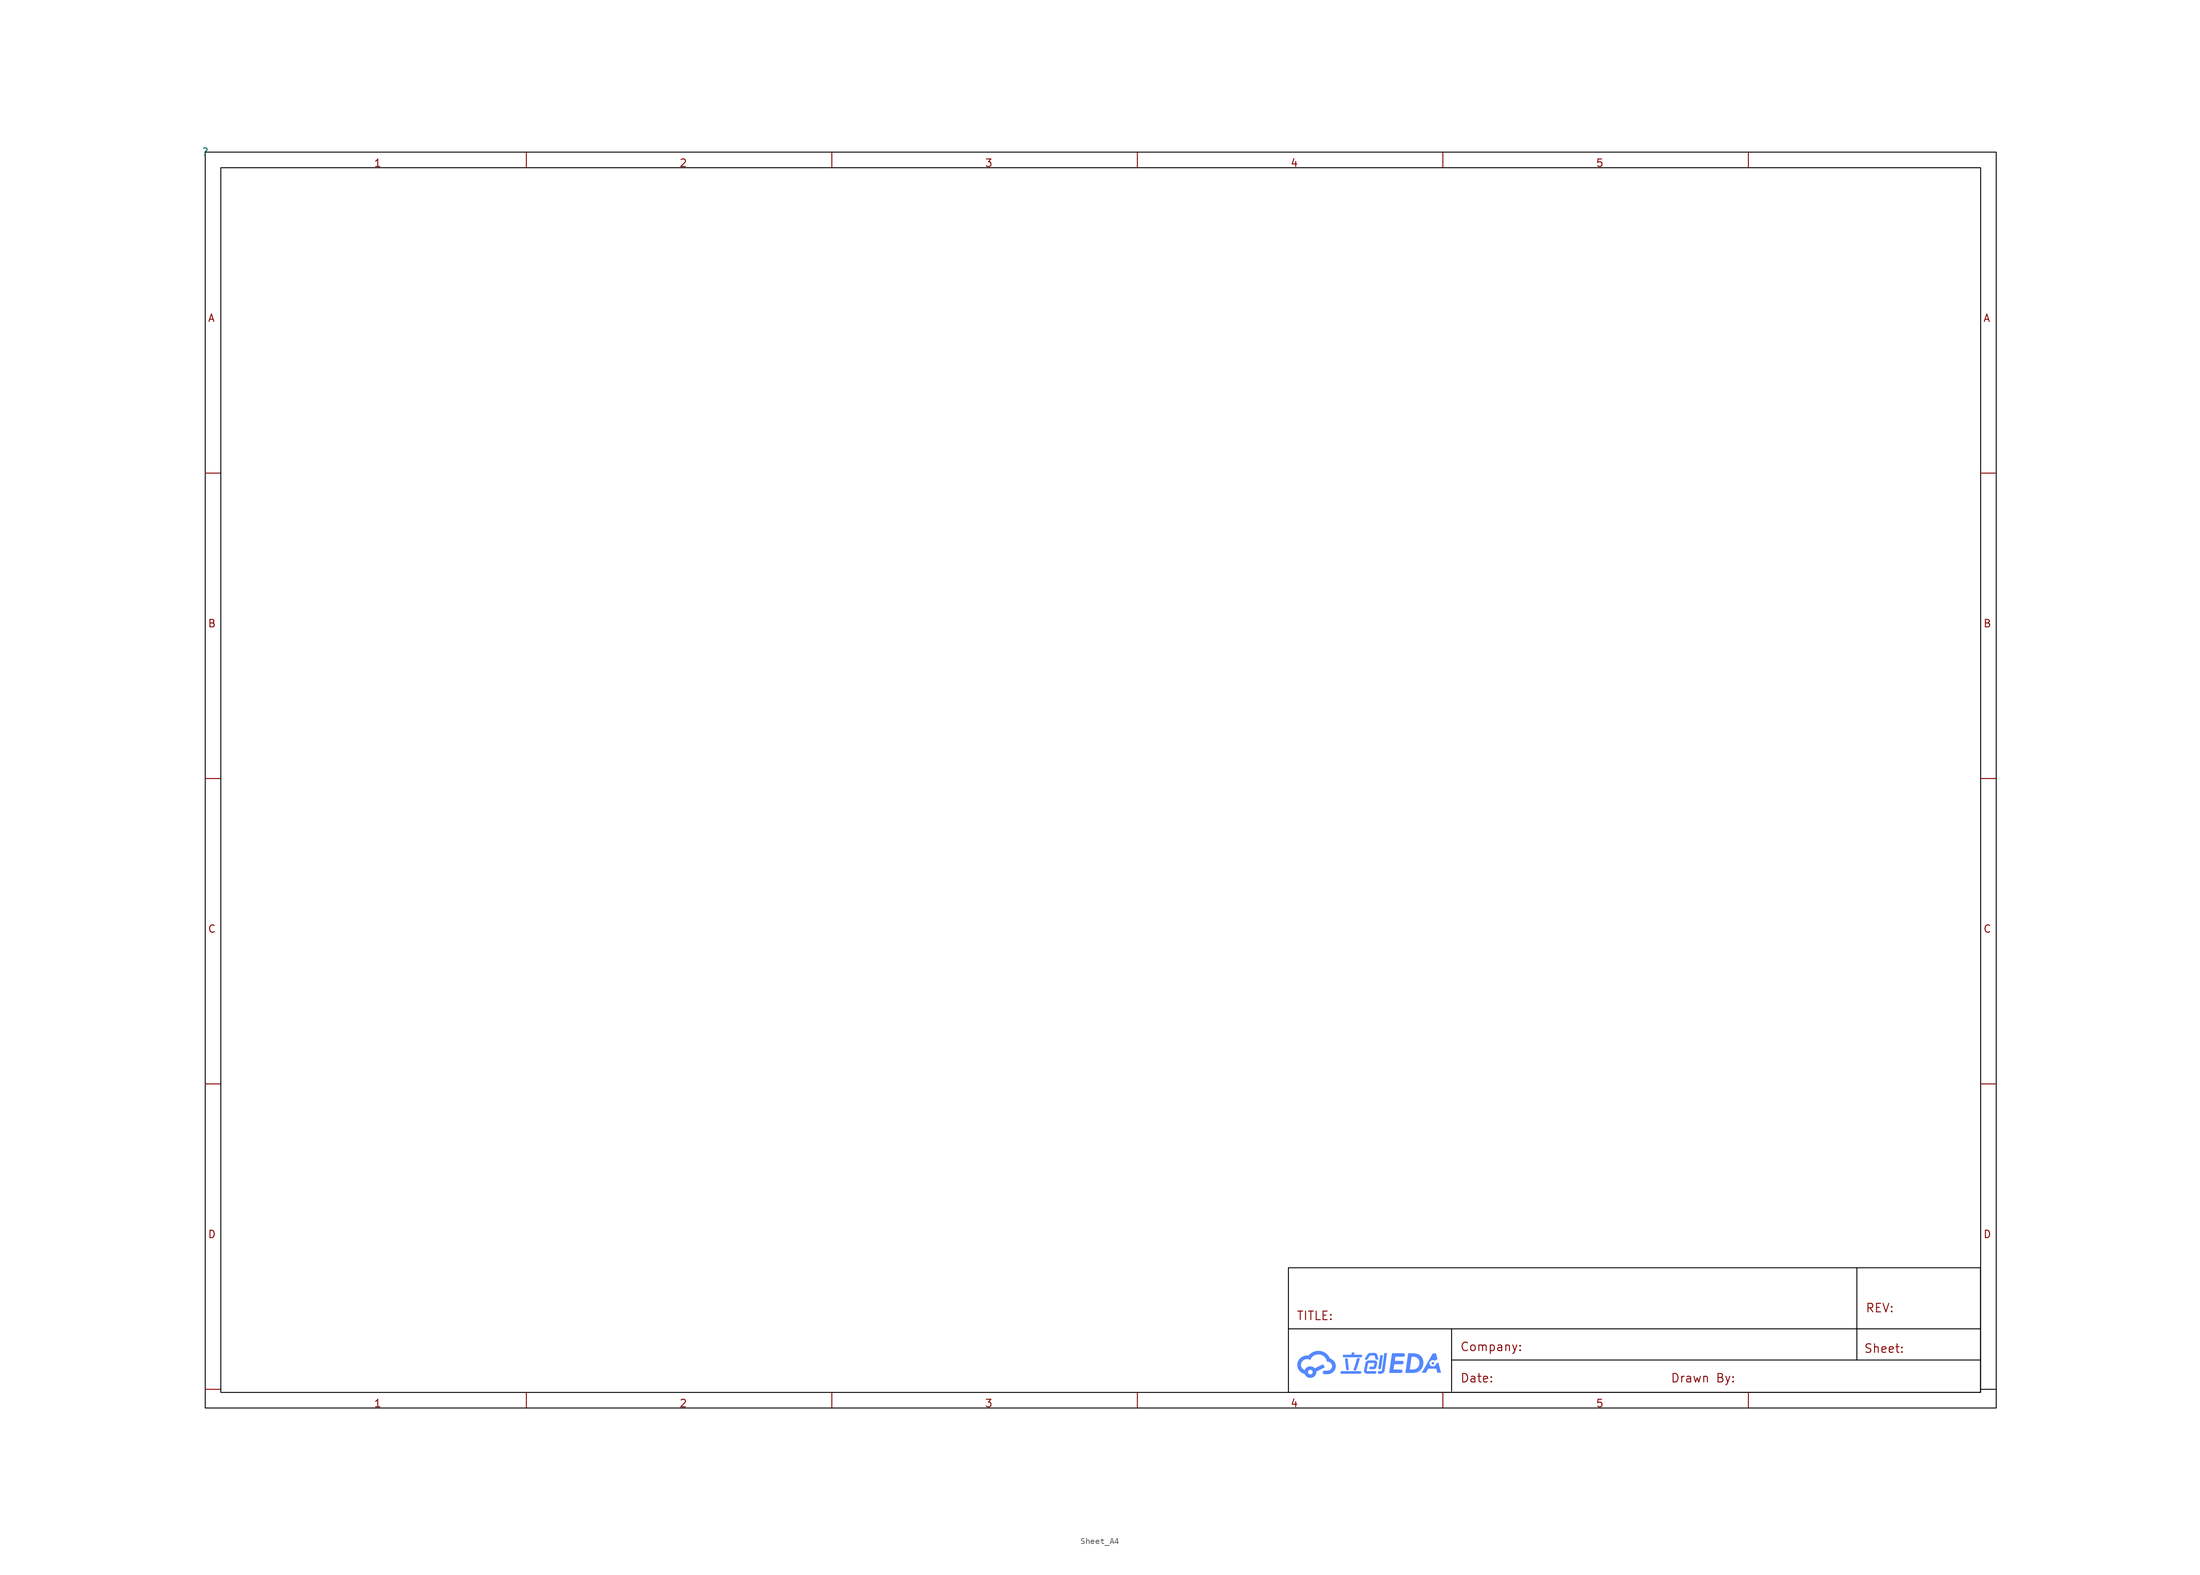
<source format=kicad_sym>
(kicad_symbol_lib
  (version 20231120)
  (generator "kicad_symbol_editor")
  (generator_version "8.0")
  (symbol "Sheet_A4"
    (property "Reference" ""
      (at 0 0 0)
      (effects (font (size 1.27 1.27))))
    (property "Value" ""
      (at 0 0 0)
      (effects (font (size 1.27 1.27))))
    (symbol "Sheet_A4_0_0"
      (polyline (pts (xy 191.606 -198.215) (xy 191.604 -198.225) (xy 191.602 -198.236) (xy 191.6 -198.245) (xy 191.596 -198.255) (xy 191.593 -198.265) (xy 191.589 -198.274) (xy 191.585 -198.283) (xy 191.58 -198.292) (xy 191.575 -198.3) (xy 191.569 -198.309) (xy 191.563 -198.317) (xy 191.557 -198.325) (xy 191.55 -198.332) (xy 191.543 -198.34) (xy 191.536 -198.346) (xy 191.529 -198.353) (xy 191.521 -198.359) (xy 191.513 -198.365) (xy 191.504 -198.371) (xy 191.496 -198.376) (xy 191.487 -198.381) (xy 191.477 -198.386) (xy 191.468 -198.39) (xy 191.458 -198.394) (xy 191.449 -198.397) (xy 191.439 -198.4) (xy 191.428 -198.403) (xy 191.418 -198.405) (xy 191.408 -198.406) (xy 191.397 -198.408) (xy 191.386 -198.408) (xy 191.375 -198.409) (xy 191.367 -198.409) (xy 191.356 -198.408) (xy 191.345 -198.407) (xy 191.334 -198.406) (xy 191.323 -198.404) (xy 191.313 -198.401) (xy 191.302 -198.398) (xy 191.292 -198.395) (xy 191.282 -198.391) (xy 191.272 -198.386) (xy 191.262 -198.381) (xy 191.253 -198.376) (xy 191.244 -198.37) (xy 191.235 -198.363) (xy 191.227 -198.357) (xy 191.219 -198.349) (xy 191.211 -198.342) (xy 191.204 -198.333) (xy 191.197 -198.325) (xy 191.191 -198.316) (xy 191.185 -198.307) (xy 191.18 -198.297) (xy 191.176 -198.288) (xy 191.172 -198.278) (xy 191.168 -198.268) (xy 191.165 -198.258) (xy 191.163 -198.248) (xy 191.161 -198.237) (xy 191.16 -198.227) (xy 191.159 -198.217) (xy 191.159 -198.206) (xy 191.159 -198.196) (xy 191.16 -198.185) (xy 191.469 -196.106) (xy 191.918 -196.106) (xy 191.606 -198.215)) (stroke (width -0.0001) (type solid)) (fill (type color) (color 85 136 255 1)))
      (polyline (pts (xy 188.167 -196.613) (xy 188.166 -196.618) (xy 188.093 -196.856) (xy 188.02 -197.104) (xy 187.873 -197.607) (xy 187.796 -197.852) (xy 187.717 -198.086) (xy 187.634 -198.304) (xy 187.59 -198.405) (xy 187.546 -198.501) (xy 187.538 -198.515) (xy 187.529 -198.529) (xy 187.52 -198.541) (xy 187.509 -198.553) (xy 187.498 -198.565) (xy 187.486 -198.575) (xy 187.473 -198.585) (xy 187.46 -198.594) (xy 187.446 -198.602) (xy 187.431 -198.609) (xy 187.416 -198.615) (xy 187.401 -198.62) (xy 187.385 -198.624) (xy 187.369 -198.626) (xy 187.353 -198.628) (xy 187.337 -198.629) (xy 187.33 -198.629) (xy 187.323 -198.628) (xy 187.316 -198.628) (xy 187.309 -198.627) (xy 187.302 -198.626) (xy 187.295 -198.624) (xy 187.288 -198.623) (xy 187.281 -198.621) (xy 187.257 -198.615) (xy 187.248 -198.612) (xy 187.238 -198.607) (xy 187.229 -198.603) (xy 187.22 -198.598) (xy 187.212 -198.592) (xy 187.203 -198.587) (xy 187.196 -198.58) (xy 187.188 -198.574) (xy 187.181 -198.567) (xy 187.174 -198.56) (xy 187.168 -198.553) (xy 187.162 -198.545) (xy 187.157 -198.537) (xy 187.152 -198.529) (xy 187.147 -198.52) (xy 187.143 -198.511) (xy 187.139 -198.501) (xy 187.135 -198.491) (xy 187.132 -198.481) (xy 187.129 -198.47) (xy 187.127 -198.46) (xy 187.126 -198.449) (xy 187.125 -198.439) (xy 187.125 -198.428) (xy 187.125 -198.417) (xy 187.126 -198.407) (xy 187.127 -198.396) (xy 187.129 -198.386) (xy 187.132 -198.375) (xy 187.135 -198.365) (xy 187.139 -198.355) (xy 187.143 -198.345) (xy 187.183 -198.259) (xy 187.222 -198.167) (xy 187.297 -197.968) (xy 187.369 -197.752) (xy 187.438 -197.524) (xy 187.573 -197.055) (xy 187.64 -196.824) (xy 187.708 -196.601) (xy 188.17 -196.601) (xy 188.167 -196.613)) (stroke (width -0.0001) (type solid)) (fill (type color) (color 85 136 255 1)))
      (polyline (pts (xy 186.341 -198.349) (xy 186.342 -198.359) (xy 186.342 -198.368) (xy 186.342 -198.378) (xy 186.341 -198.387) (xy 186.34 -198.396) (xy 186.338 -198.406) (xy 186.336 -198.415) (xy 186.334 -198.424) (xy 186.331 -198.433) (xy 186.327 -198.441) (xy 186.324 -198.45) (xy 186.32 -198.458) (xy 186.315 -198.466) (xy 186.31 -198.475) (xy 186.305 -198.482) (xy 186.299 -198.49) (xy 186.293 -198.497) (xy 186.287 -198.505) (xy 186.28 -198.512) (xy 186.273 -198.518) (xy 186.266 -198.525) (xy 186.259 -198.531) (xy 186.251 -198.537) (xy 186.243 -198.542) (xy 186.234 -198.548) (xy 186.226 -198.553) (xy 186.216 -198.557) (xy 186.207 -198.562) (xy 186.198 -198.565) (xy 186.188 -198.569) (xy 186.178 -198.572) (xy 186.168 -198.575) (xy 186.163 -198.577) (xy 186.158 -198.578) (xy 186.152 -198.579) (xy 186.146 -198.579) (xy 186.14 -198.58) (xy 186.134 -198.581) (xy 186.128 -198.581) (xy 186.123 -198.581) (xy 186.117 -198.581) (xy 186.107 -198.581) (xy 186.098 -198.58) (xy 186.088 -198.579) (xy 186.079 -198.578) (xy 186.07 -198.577) (xy 186.061 -198.575) (xy 186.053 -198.572) (xy 186.044 -198.569) (xy 186.036 -198.566) (xy 186.028 -198.563) (xy 186.019 -198.559) (xy 186.012 -198.555) (xy 186.004 -198.551) (xy 185.997 -198.547) (xy 185.99 -198.542) (xy 185.983 -198.536) (xy 185.977 -198.531) (xy 185.97 -198.525) (xy 185.964 -198.519) (xy 185.959 -198.513) (xy 185.953 -198.507) (xy 185.948 -198.5) (xy 185.943 -198.493) (xy 185.939 -198.486) (xy 185.935 -198.478) (xy 185.931 -198.471) (xy 185.927 -198.463) (xy 185.924 -198.455) (xy 185.922 -198.446) (xy 185.919 -198.438) (xy 185.917 -198.429) (xy 185.915 -198.421) (xy 185.915 -198.415) (xy 185.719 -196.638) (xy 185.719 -196.637) (xy 186.156 -196.637) (xy 186.341 -198.349)) (stroke (width -0.0001) (type solid)) (fill (type color) (color 85 136 255 1)))
      (polyline (pts (xy 188.195 -198.709) (xy 188.206 -198.71) (xy 188.216 -198.712) (xy 188.227 -198.713) (xy 188.237 -198.716) (xy 188.247 -198.719) (xy 188.257 -198.722) (xy 188.267 -198.726) (xy 188.277 -198.731) (xy 188.286 -198.736) (xy 188.295 -198.741) (xy 188.304 -198.747) (xy 188.313 -198.753) (xy 188.321 -198.76) (xy 188.329 -198.767) (xy 188.337 -198.774) (xy 188.344 -198.783) (xy 188.351 -198.791) (xy 188.357 -198.8) (xy 188.363 -198.809) (xy 188.368 -198.819) (xy 188.372 -198.828) (xy 188.376 -198.838) (xy 188.38 -198.849) (xy 188.383 -198.859) (xy 188.385 -198.869) (xy 188.387 -198.88) (xy 188.388 -198.89) (xy 188.389 -198.901) (xy 188.389 -198.912) (xy 188.388 -198.923) (xy 188.387 -198.934) (xy 188.386 -198.944) (xy 188.384 -198.954) (xy 188.382 -198.964) (xy 188.379 -198.974) (xy 188.376 -198.984) (xy 188.372 -198.993) (xy 188.368 -199.002) (xy 188.364 -199.011) (xy 188.359 -199.02) (xy 188.354 -199.029) (xy 188.348 -199.037) (xy 188.342 -199.045) (xy 188.336 -199.053) (xy 188.33 -199.061) (xy 188.323 -199.068) (xy 188.315 -199.075) (xy 188.308 -199.082) (xy 188.3 -199.088) (xy 188.292 -199.094) (xy 188.284 -199.1) (xy 188.275 -199.105) (xy 188.266 -199.11) (xy 188.257 -199.114) (xy 188.248 -199.119) (xy 188.238 -199.123) (xy 188.229 -199.126) (xy 188.219 -199.129) (xy 188.209 -199.131) (xy 188.199 -199.134) (xy 188.189 -199.135) (xy 188.179 -199.137) (xy 188.168 -199.137) (xy 188.158 -199.137) (xy 185.096 -199.137) (xy 185.091 -199.137) (xy 185.085 -199.137) (xy 185.08 -199.136) (xy 185.075 -199.136) (xy 185.07 -199.134) (xy 185.065 -199.133) (xy 185.06 -199.131) (xy 185.056 -199.13) (xy 185.051 -199.128) (xy 185.047 -199.125) (xy 185.042 -199.123) (xy 185.038 -199.12) (xy 185.034 -199.118) (xy 185.03 -199.115) (xy 185.027 -199.112) (xy 185.023 -199.108) (xy 185.02 -199.105) (xy 185.016 -199.101) (xy 185.013 -199.098) (xy 185.011 -199.094) (xy 185.008 -199.09) (xy 185.005 -199.086) (xy 185.003 -199.082) (xy 185.001 -199.077) (xy 184.999 -199.073) (xy 184.998 -199.068) (xy 184.996 -199.064) (xy 184.995 -199.059) (xy 184.994 -199.054) (xy 184.994 -199.049) (xy 184.993 -199.044) (xy 184.993 -199.039) (xy 184.993 -199.038) (xy 184.992 -199.038) (xy 185.024 -198.709) (xy 188.184 -198.709) (xy 188.195 -198.709)) (stroke (width -0.0001) (type solid)) (fill (type color) (color 85 136 255 1)))
      (polyline (pts (xy 200.8 -196.775) (xy 200.341 -197.016) (xy 200.325 -197.006) (xy 200.308 -196.996) (xy 200.291 -196.986) (xy 200.273 -196.977) (xy 200.255 -196.969) (xy 200.237 -196.962) (xy 200.218 -196.955) (xy 200.199 -196.948) (xy 200.179 -196.943) (xy 200.16 -196.938) (xy 200.139 -196.934) (xy 200.119 -196.93) (xy 200.099 -196.928) (xy 200.078 -196.926) (xy 200.057 -196.924) (xy 200.035 -196.924) (xy 200.008 -196.925) (xy 199.981 -196.927) (xy 199.954 -196.93) (xy 199.927 -196.934) (xy 199.901 -196.94) (xy 199.876 -196.947) (xy 199.851 -196.955) (xy 199.827 -196.964) (xy 199.803 -196.975) (xy 199.78 -196.986) (xy 199.757 -196.998) (xy 199.735 -197.011) (xy 199.714 -197.026) (xy 199.694 -197.041) (xy 199.674 -197.057) (xy 199.656 -197.074) (xy 199.638 -197.092) (xy 199.621 -197.11) (xy 199.605 -197.13) (xy 199.59 -197.15) (xy 199.576 -197.17) (xy 199.563 -197.192) (xy 199.552 -197.214) (xy 199.541 -197.237) (xy 199.531 -197.26) (xy 199.523 -197.284) (xy 199.516 -197.308) (xy 199.51 -197.333) (xy 199.505 -197.358) (xy 199.501 -197.383) (xy 199.499 -197.409) (xy 199.499 -197.436) (xy 199.499 -197.462) (xy 199.501 -197.488) (xy 199.505 -197.514) (xy 199.51 -197.539) (xy 199.516 -197.564) (xy 199.523 -197.588) (xy 199.531 -197.612) (xy 199.541 -197.635) (xy 199.552 -197.658) (xy 199.563 -197.68) (xy 199.576 -197.701) (xy 199.59 -197.722) (xy 199.605 -197.742) (xy 199.621 -197.761) (xy 199.638 -197.78) (xy 199.656 -197.798) (xy 199.674 -197.815) (xy 199.694 -197.831) (xy 199.714 -197.846) (xy 199.735 -197.86) (xy 199.757 -197.873) (xy 199.78 -197.886) (xy 199.803 -197.897) (xy 199.827 -197.907) (xy 199.851 -197.916) (xy 199.876 -197.924) (xy 199.901 -197.931) (xy 199.927 -197.937) (xy 199.954 -197.941) (xy 199.981 -197.945) (xy 200.008 -197.947) (xy 200.035 -197.947) (xy 200.061 -197.947) (xy 200.087 -197.945) (xy 200.112 -197.942) (xy 200.136 -197.938) (xy 200.161 -197.933) (xy 200.185 -197.927) (xy 200.208 -197.92) (xy 200.231 -197.912) (xy 200.253 -197.903) (xy 200.275 -197.893) (xy 200.297 -197.883) (xy 200.317 -197.871) (xy 200.338 -197.858) (xy 200.357 -197.845) (xy 200.376 -197.831) (xy 200.394 -197.816) (xy 200.412 -197.8) (xy 200.428 -197.784) (xy 200.444 -197.767) (xy 200.459 -197.749) (xy 200.474 -197.731) (xy 200.487 -197.712) (xy 200.5 -197.692) (xy 200.511 -197.672) (xy 200.522 -197.651) (xy 200.532 -197.63) (xy 200.541 -197.608) (xy 200.548 -197.586) (xy 200.555 -197.564) (xy 200.561 -197.541) (xy 200.566 -197.517) (xy 200.569 -197.494) (xy 200.939 -197.3) (xy 201.379 -198.981) (xy 200.775 -198.981) (xy 200.599 -198.31) (xy 199.285 -198.31) (xy 198.909 -198.981) (xy 198.239 -198.981) (xy 200.028 -195.825) (xy 200.552 -195.825) (xy 200.8 -196.775)) (stroke (width -0.0001) (type solid)) (fill (type color) (color 85 136 255 1)))
      (polyline (pts (xy 200.06 -197.228) (xy 200.07 -197.229) (xy 200.081 -197.23) (xy 200.091 -197.232) (xy 200.101 -197.234) (xy 200.111 -197.237) (xy 200.12 -197.24) (xy 200.13 -197.244) (xy 200.139 -197.248) (xy 200.148 -197.252) (xy 200.156 -197.257) (xy 200.165 -197.262) (xy 200.173 -197.268) (xy 200.181 -197.274) (xy 200.188 -197.28) (xy 200.195 -197.287) (xy 200.202 -197.294) (xy 200.208 -197.301) (xy 200.214 -197.309) (xy 200.22 -197.316) (xy 200.226 -197.325) (xy 200.23 -197.333) (xy 200.235 -197.341) (xy 200.239 -197.35) (xy 200.243 -197.359) (xy 200.246 -197.369) (xy 200.248 -197.378) (xy 200.251 -197.387) (xy 200.252 -197.397) (xy 200.254 -197.407) (xy 200.254 -197.417) (xy 200.254 -197.427) (xy 200.254 -197.438) (xy 200.253 -197.448) (xy 200.252 -197.458) (xy 200.25 -197.467) (xy 200.247 -197.477) (xy 200.244 -197.486) (xy 200.241 -197.495) (xy 200.237 -197.504) (xy 200.233 -197.513) (xy 200.228 -197.522) (xy 200.223 -197.53) (xy 200.218 -197.538) (xy 200.212 -197.545) (xy 200.206 -197.553) (xy 200.199 -197.56) (xy 200.192 -197.567) (xy 200.185 -197.573) (xy 200.177 -197.579) (xy 200.169 -197.585) (xy 200.161 -197.59) (xy 200.153 -197.596) (xy 200.144 -197.6) (xy 200.135 -197.605) (xy 200.126 -197.608) (xy 200.116 -197.612) (xy 200.107 -197.615) (xy 200.097 -197.617) (xy 200.087 -197.619) (xy 200.076 -197.621) (xy 200.066 -197.622) (xy 200.055 -197.623) (xy 200.045 -197.623) (xy 200.034 -197.623) (xy 200.024 -197.622) (xy 200.013 -197.62) (xy 200.003 -197.619) (xy 199.993 -197.616) (xy 199.983 -197.614) (xy 199.974 -197.61) (xy 199.964 -197.607) (xy 199.955 -197.603) (xy 199.946 -197.598) (xy 199.937 -197.593) (xy 199.929 -197.588) (xy 199.921 -197.583) (xy 199.913 -197.577) (xy 199.906 -197.57) (xy 199.899 -197.564) (xy 199.892 -197.557) (xy 199.885 -197.549) (xy 199.879 -197.542) (xy 199.874 -197.534) (xy 199.868 -197.526) (xy 199.863 -197.518) (xy 199.859 -197.509) (xy 199.855 -197.5) (xy 199.851 -197.491) (xy 199.848 -197.482) (xy 199.845 -197.473) (xy 199.843 -197.463) (xy 199.841 -197.453) (xy 199.84 -197.443) (xy 199.84 -197.433) (xy 199.839 -197.423) (xy 199.84 -197.413) (xy 199.841 -197.403) (xy 199.842 -197.393) (xy 199.844 -197.383) (xy 199.846 -197.374) (xy 199.849 -197.364) (xy 199.853 -197.355) (xy 199.857 -197.346) (xy 199.861 -197.338) (xy 199.865 -197.329) (xy 199.871 -197.321) (xy 199.876 -197.313) (xy 199.882 -197.305) (xy 199.888 -197.298) (xy 199.895 -197.291) (xy 199.902 -197.284) (xy 199.909 -197.278) (xy 199.917 -197.271) (xy 199.924 -197.266) (xy 199.933 -197.26) (xy 199.941 -197.255) (xy 199.95 -197.25) (xy 199.959 -197.246) (xy 199.968 -197.242) (xy 199.978 -197.239) (xy 199.987 -197.236) (xy 199.997 -197.233) (xy 200.007 -197.231) (xy 200.018 -197.229) (xy 200.028 -197.228) (xy 200.038 -197.228) (xy 200.049 -197.227) (xy 200.06 -197.228)) (stroke (width -0.0001) (type solid)) (fill (type color) (color 85 136 255 1)))
      (polyline (pts (xy 192.187 -198.609) (xy 192.18 -198.65) (xy 192.17 -198.689) (xy 192.158 -198.728) (xy 192.143 -198.765) (xy 192.126 -198.801) (xy 192.107 -198.836) (xy 192.085 -198.869) (xy 192.062 -198.9) (xy 192.036 -198.93) (xy 192.007 -198.959) (xy 191.977 -198.986) (xy 191.946 -199.01) (xy 191.912 -199.033) (xy 191.876 -199.054) (xy 191.839 -199.073) (xy 191.8 -199.09) (xy 191.787 -199.096) (xy 191.774 -199.101) (xy 191.76 -199.106) (xy 191.747 -199.111) (xy 191.733 -199.115) (xy 191.72 -199.119) (xy 191.706 -199.123) (xy 191.692 -199.126) (xy 191.678 -199.129) (xy 191.663 -199.131) (xy 191.649 -199.133) (xy 191.634 -199.135) (xy 191.619 -199.136) (xy 191.604 -199.137) (xy 191.589 -199.137) (xy 191.573 -199.137) (xy 191.268 -199.137) (xy 191.256 -199.137) (xy 191.245 -199.136) (xy 191.234 -199.135) (xy 191.224 -199.133) (xy 191.213 -199.13) (xy 191.202 -199.127) (xy 191.192 -199.124) (xy 191.182 -199.12) (xy 191.172 -199.115) (xy 191.162 -199.11) (xy 191.153 -199.105) (xy 191.144 -199.099) (xy 191.135 -199.092) (xy 191.127 -199.085) (xy 191.119 -199.078) (xy 191.112 -199.071) (xy 191.104 -199.062) (xy 191.098 -199.054) (xy 191.092 -199.045) (xy 191.086 -199.036) (xy 191.081 -199.026) (xy 191.077 -199.017) (xy 191.072 -199.007) (xy 191.069 -198.997) (xy 191.066 -198.987) (xy 191.064 -198.977) (xy 191.062 -198.966) (xy 191.061 -198.956) (xy 191.06 -198.945) (xy 191.06 -198.935) (xy 191.06 -198.924) (xy 191.062 -198.913) (xy 191.063 -198.905) (xy 191.065 -198.895) (xy 191.067 -198.885) (xy 191.07 -198.876) (xy 191.073 -198.866) (xy 191.076 -198.857) (xy 191.081 -198.847) (xy 191.085 -198.838) (xy 191.09 -198.829) (xy 191.095 -198.821) (xy 191.101 -198.812) (xy 191.107 -198.804) (xy 191.113 -198.797) (xy 191.12 -198.789) (xy 191.127 -198.782) (xy 191.134 -198.775) (xy 191.142 -198.768) (xy 191.15 -198.762) (xy 191.158 -198.756) (xy 191.166 -198.75) (xy 191.175 -198.745) (xy 191.184 -198.74) (xy 191.193 -198.735) (xy 191.202 -198.731) (xy 191.212 -198.727) (xy 191.222 -198.724) (xy 191.232 -198.721) (xy 191.242 -198.718) (xy 191.252 -198.716) (xy 191.262 -198.714) (xy 191.273 -198.713) (xy 191.283 -198.712) (xy 191.294 -198.712) (xy 191.6 -198.712) (xy 191.607 -198.712) (xy 191.613 -198.712) (xy 191.619 -198.711) (xy 191.626 -198.71) (xy 191.632 -198.708) (xy 191.638 -198.707) (xy 191.644 -198.705) (xy 191.65 -198.703) (xy 191.655 -198.701) (xy 191.661 -198.698) (xy 191.667 -198.695) (xy 191.672 -198.691) (xy 191.678 -198.688) (xy 191.683 -198.684) (xy 191.688 -198.679) (xy 191.694 -198.675) (xy 191.699 -198.669) (xy 191.704 -198.663) (xy 191.709 -198.658) (xy 191.714 -198.652) (xy 191.718 -198.646) (xy 191.722 -198.64) (xy 191.726 -198.634) (xy 191.729 -198.628) (xy 191.733 -198.621) (xy 191.736 -198.615) (xy 191.738 -198.609) (xy 191.74 -198.603) (xy 191.743 -198.597) (xy 191.744 -198.59) (xy 191.745 -198.584) (xy 191.747 -198.578) (xy 192.129 -195.767) (xy 192.574 -195.767) (xy 192.187 -198.609)) (stroke (width -0.0001) (type solid)) (fill (type color) (color 85 136 255 1)))
      (polyline (pts (xy 187.215 -196.039) (xy 188.332 -196.039) (xy 188.344 -196.039) (xy 188.356 -196.04) (xy 188.368 -196.041) (xy 188.379 -196.043) (xy 188.39 -196.046) (xy 188.4 -196.048) (xy 188.411 -196.052) (xy 188.421 -196.056) (xy 188.431 -196.06) (xy 188.441 -196.065) (xy 188.45 -196.071) (xy 188.459 -196.077) (xy 188.467 -196.084) (xy 188.475 -196.091) (xy 188.483 -196.099) (xy 188.49 -196.107) (xy 188.497 -196.116) (xy 188.504 -196.124) (xy 188.51 -196.133) (xy 188.515 -196.142) (xy 188.52 -196.151) (xy 188.524 -196.161) (xy 188.528 -196.171) (xy 188.532 -196.181) (xy 188.535 -196.191) (xy 188.537 -196.201) (xy 188.538 -196.212) (xy 188.54 -196.223) (xy 188.54 -196.233) (xy 188.54 -196.244) (xy 188.54 -196.255) (xy 188.538 -196.267) (xy 188.538 -196.269) (xy 188.537 -196.28) (xy 188.535 -196.29) (xy 188.532 -196.299) (xy 188.529 -196.309) (xy 188.525 -196.318) (xy 188.521 -196.327) (xy 188.517 -196.336) (xy 188.512 -196.345) (xy 188.507 -196.353) (xy 188.501 -196.362) (xy 188.496 -196.37) (xy 188.489 -196.377) (xy 188.483 -196.385) (xy 188.476 -196.392) (xy 188.469 -196.399) (xy 188.461 -196.405) (xy 188.453 -196.412) (xy 188.445 -196.417) (xy 188.436 -196.423) (xy 188.428 -196.428) (xy 188.419 -196.433) (xy 188.41 -196.438) (xy 188.4 -196.442) (xy 188.391 -196.445) (xy 188.381 -196.449) (xy 188.371 -196.452) (xy 188.361 -196.454) (xy 188.35 -196.456) (xy 188.34 -196.458) (xy 188.329 -196.459) (xy 188.318 -196.46) (xy 188.308 -196.46) (xy 185.475 -196.46) (xy 185.475 -196.458) (xy 185.47 -196.458) (xy 185.465 -196.458) (xy 185.46 -196.457) (xy 185.455 -196.456) (xy 185.45 -196.455) (xy 185.445 -196.453) (xy 185.44 -196.452) (xy 185.436 -196.45) (xy 185.431 -196.448) (xy 185.427 -196.446) (xy 185.423 -196.443) (xy 185.419 -196.441) (xy 185.415 -196.438) (xy 185.411 -196.435) (xy 185.407 -196.432) (xy 185.404 -196.429) (xy 185.4 -196.425) (xy 185.397 -196.422) (xy 185.394 -196.418) (xy 185.391 -196.414) (xy 185.389 -196.411) (xy 185.386 -196.406) (xy 185.384 -196.402) (xy 185.382 -196.398) (xy 185.38 -196.393) (xy 185.379 -196.389) (xy 185.377 -196.384) (xy 185.376 -196.38) (xy 185.375 -196.375) (xy 185.374 -196.37) (xy 185.374 -196.365) (xy 185.374 -196.36) (xy 185.374 -196.355) (xy 185.374 -196.352) (xy 185.374 -196.35) (xy 185.374 -196.348) (xy 185.374 -196.346) (xy 185.375 -196.345) (xy 185.375 -196.344) (xy 185.375 -196.343) (xy 185.375 -196.342) (xy 185.375 -196.341) (xy 185.405 -196.04) (xy 186.767 -196.039) (xy 186.819 -195.755) (xy 186.82 -195.75) (xy 186.82 -195.746) (xy 186.821 -195.741) (xy 186.823 -195.737) (xy 186.824 -195.733) (xy 186.826 -195.729) (xy 186.828 -195.725) (xy 186.83 -195.721) (xy 186.832 -195.717) (xy 186.834 -195.713) (xy 186.837 -195.709) (xy 186.84 -195.706) (xy 186.842 -195.702) (xy 186.845 -195.699) (xy 186.849 -195.696) (xy 186.852 -195.693) (xy 186.855 -195.69) (xy 186.859 -195.688) (xy 186.862 -195.685) (xy 186.866 -195.683) (xy 186.87 -195.681) (xy 186.874 -195.679) (xy 186.878 -195.677) (xy 186.882 -195.675) (xy 186.887 -195.674) (xy 186.891 -195.672) (xy 186.895 -195.671) (xy 186.9 -195.67) (xy 186.905 -195.669) (xy 186.909 -195.669) (xy 186.914 -195.669) (xy 186.919 -195.668) (xy 187.274 -195.668) (xy 187.215 -196.039)) (stroke (width -0.0001) (type solid)) (fill (type color) (color 85 136 255 1)))
      (polyline (pts (xy 196.65 -195.794) (xy 196.74 -195.796) (xy 196.826 -195.799) (xy 196.91 -195.804) (xy 196.99 -195.81) (xy 197.068 -195.817) (xy 197.143 -195.826) (xy 197.214 -195.836) (xy 197.282 -195.847) (xy 197.348 -195.86) (xy 197.411 -195.874) (xy 197.47 -195.889) (xy 197.526 -195.905) (xy 197.58 -195.923) (xy 197.63 -195.942) (xy 197.678 -195.963) (xy 197.723 -195.985) (xy 197.767 -196.008) (xy 197.811 -196.033) (xy 197.853 -196.06) (xy 197.894 -196.088) (xy 197.934 -196.117) (xy 197.973 -196.148) (xy 198.011 -196.181) (xy 198.048 -196.215) (xy 198.084 -196.25) (xy 198.118 -196.287) (xy 198.152 -196.326) (xy 198.184 -196.366) (xy 198.216 -196.408) (xy 198.246 -196.451) (xy 198.275 -196.496) (xy 198.303 -196.542) (xy 198.329 -196.588) (xy 198.353 -196.636) (xy 198.376 -196.684) (xy 198.396 -196.734) (xy 198.415 -196.784) (xy 198.432 -196.835) (xy 198.447 -196.887) (xy 198.461 -196.94) (xy 198.472 -196.994) (xy 198.482 -197.048) (xy 198.49 -197.104) (xy 198.497 -197.16) (xy 198.501 -197.218) (xy 198.504 -197.276) (xy 198.505 -197.335) (xy 198.504 -197.395) (xy 198.501 -197.455) (xy 198.496 -197.514) (xy 198.489 -197.573) (xy 198.481 -197.631) (xy 198.47 -197.689) (xy 198.458 -197.746) (xy 198.444 -197.802) (xy 198.427 -197.858) (xy 198.409 -197.913) (xy 198.389 -197.968) (xy 198.367 -198.022) (xy 198.343 -198.075) (xy 198.317 -198.128) (xy 198.289 -198.18) (xy 198.26 -198.232) (xy 198.229 -198.282) (xy 198.197 -198.33) (xy 198.164 -198.377) (xy 198.13 -198.422) (xy 198.095 -198.465) (xy 198.059 -198.506) (xy 198.022 -198.546) (xy 197.984 -198.584) (xy 197.945 -198.621) (xy 197.905 -198.655) (xy 197.863 -198.688) (xy 197.821 -198.719) (xy 197.778 -198.749) (xy 197.734 -198.776) (xy 197.689 -198.802) (xy 197.643 -198.827) (xy 197.596 -198.849) (xy 197.546 -198.87) (xy 197.494 -198.89) (xy 197.439 -198.909) (xy 197.382 -198.925) (xy 197.323 -198.941) (xy 197.262 -198.955) (xy 197.199 -198.967) (xy 197.133 -198.978) (xy 197.065 -198.988) (xy 196.995 -198.996) (xy 196.923 -199.002) (xy 196.848 -199.007) (xy 196.771 -199.011) (xy 196.692 -199.013) (xy 196.61 -199.014) (xy 195.56 -199.014) (xy 195.641 -198.452) (xy 196.281 -198.452) (xy 196.49 -198.452) (xy 196.607 -198.451) (xy 196.715 -198.447) (xy 196.766 -198.444) (xy 196.814 -198.441) (xy 196.861 -198.437) (xy 196.906 -198.432) (xy 196.948 -198.427) (xy 196.989 -198.421) (xy 197.027 -198.415) (xy 197.063 -198.408) (xy 197.098 -198.4) (xy 197.13 -198.392) (xy 197.16 -198.384) (xy 197.188 -198.374) (xy 197.225 -198.36) (xy 197.262 -198.345) (xy 197.298 -198.328) (xy 197.332 -198.31) (xy 197.366 -198.291) (xy 197.399 -198.27) (xy 197.431 -198.249) (xy 197.462 -198.226) (xy 197.492 -198.202) (xy 197.52 -198.177) (xy 197.548 -198.15) (xy 197.576 -198.123) (xy 197.602 -198.094) (xy 197.627 -198.063) (xy 197.651 -198.032) (xy 197.674 -198) (xy 197.697 -197.966) (xy 197.717 -197.931) (xy 197.737 -197.896) (xy 197.754 -197.859) (xy 197.771 -197.822) (xy 197.786 -197.783) (xy 197.799 -197.744) (xy 197.811 -197.704) (xy 197.822 -197.663) (xy 197.831 -197.62) (xy 197.839 -197.577) (xy 197.846 -197.533) (xy 197.851 -197.488) (xy 197.854 -197.443) (xy 197.856 -197.396) (xy 197.857 -197.348) (xy 197.857 -197.309) (xy 197.855 -197.27) (xy 197.852 -197.232) (xy 197.849 -197.195) (xy 197.844 -197.159) (xy 197.839 -197.123) (xy 197.832 -197.088) (xy 197.825 -197.054) (xy 197.816 -197.022) (xy 197.806 -196.989) (xy 197.796 -196.958) (xy 197.784 -196.927) (xy 197.771 -196.897) (xy 197.758 -196.868) (xy 197.743 -196.84) (xy 197.728 -196.812) (xy 197.711 -196.786) (xy 197.694 -196.76) (xy 197.675 -196.735) (xy 197.656 -196.711) (xy 197.637 -196.687) (xy 197.616 -196.664) (xy 197.595 -196.643) (xy 197.572 -196.621) (xy 197.549 -196.601) (xy 197.525 -196.581) (xy 197.5 -196.562) (xy 197.475 -196.544) (xy 197.448 -196.527) (xy 197.421 -196.51) (xy 197.393 -196.494) (xy 197.364 -196.479) (xy 197.334 -196.465) (xy 197.303 -196.452) (xy 197.27 -196.439) (xy 197.236 -196.428) (xy 197.202 -196.417) (xy 197.166 -196.407) (xy 197.128 -196.399) (xy 197.09 -196.391) (xy 197.05 -196.384) (xy 197.009 -196.378) (xy 196.967 -196.373) (xy 196.924 -196.369) (xy 196.879 -196.366) (xy 196.833 -196.363) (xy 196.786 -196.362) (xy 196.738 -196.362) (xy 196.579 -196.362) (xy 196.281 -198.452) (xy 195.641 -198.452) (xy 196.022 -195.793) (xy 196.557 -195.793) (xy 196.65 -195.794)) (stroke (width -0.0001) (type solid)) (fill (type color) (color 85 136 255 1)))
      (polyline (pts (xy 195.217 -195.792) (xy 195.232 -195.793) (xy 195.247 -195.795) (xy 195.262 -195.798) (xy 195.276 -195.801) (xy 195.29 -195.805) (xy 195.304 -195.809) (xy 195.318 -195.814) (xy 195.331 -195.82) (xy 195.344 -195.827) (xy 195.357 -195.833) (xy 195.369 -195.841) (xy 195.381 -195.849) (xy 195.392 -195.857) (xy 195.403 -195.866) (xy 195.413 -195.876) (xy 195.423 -195.886) (xy 195.433 -195.896) (xy 195.442 -195.907) (xy 195.451 -195.918) (xy 195.458 -195.929) (xy 195.466 -195.941) (xy 195.472 -195.954) (xy 195.479 -195.966) (xy 195.484 -195.979) (xy 195.489 -195.993) (xy 195.493 -196.006) (xy 195.497 -196.02) (xy 195.5 -196.034) (xy 195.502 -196.048) (xy 195.503 -196.063) (xy 195.504 -196.078) (xy 195.504 -196.092) (xy 195.502 -196.107) (xy 195.501 -196.121) (xy 195.498 -196.135) (xy 195.495 -196.149) (xy 195.49 -196.162) (xy 195.486 -196.176) (xy 195.481 -196.189) (xy 195.475 -196.201) (xy 195.468 -196.214) (xy 195.461 -196.226) (xy 195.453 -196.237) (xy 195.445 -196.248) (xy 195.436 -196.259) (xy 195.426 -196.27) (xy 195.416 -196.28) (xy 195.406 -196.289) (xy 195.395 -196.298) (xy 195.384 -196.306) (xy 195.372 -196.314) (xy 195.36 -196.322) (xy 195.347 -196.329) (xy 195.334 -196.335) (xy 195.321 -196.341) (xy 195.307 -196.346) (xy 195.293 -196.35) (xy 195.279 -196.354) (xy 195.265 -196.357) (xy 195.25 -196.36) (xy 195.235 -196.362) (xy 195.22 -196.363) (xy 195.204 -196.363) (xy 193.94 -196.365) (xy 193.844 -197.033) (xy 195.028 -197.033) (xy 195.041 -197.035) (xy 195.054 -197.038) (xy 195.067 -197.041) (xy 195.08 -197.045) (xy 195.092 -197.05) (xy 195.104 -197.055) (xy 195.116 -197.06) (xy 195.127 -197.066) (xy 195.138 -197.072) (xy 195.149 -197.079) (xy 195.159 -197.087) (xy 195.169 -197.094) (xy 195.179 -197.102) (xy 195.189 -197.111) (xy 195.198 -197.119) (xy 195.206 -197.129) (xy 195.214 -197.138) (xy 195.222 -197.148) (xy 195.229 -197.158) (xy 195.236 -197.169) (xy 195.243 -197.179) (xy 195.249 -197.19) (xy 195.254 -197.202) (xy 195.259 -197.213) (xy 195.263 -197.225) (xy 195.267 -197.237) (xy 195.27 -197.25) (xy 195.273 -197.262) (xy 195.275 -197.275) (xy 195.276 -197.287) (xy 195.277 -197.301) (xy 195.278 -197.314) (xy 195.277 -197.328) (xy 195.276 -197.343) (xy 195.274 -197.357) (xy 195.272 -197.371) (xy 195.268 -197.385) (xy 195.264 -197.399) (xy 195.26 -197.412) (xy 195.254 -197.425) (xy 195.248 -197.438) (xy 195.242 -197.45) (xy 195.234 -197.462) (xy 195.227 -197.473) (xy 195.218 -197.485) (xy 195.209 -197.495) (xy 195.2 -197.506) (xy 195.19 -197.516) (xy 195.18 -197.525) (xy 195.169 -197.534) (xy 195.157 -197.543) (xy 195.146 -197.551) (xy 195.133 -197.558) (xy 195.121 -197.565) (xy 195.108 -197.571) (xy 195.095 -197.577) (xy 195.081 -197.582) (xy 195.067 -197.587) (xy 195.053 -197.59) (xy 195.038 -197.594) (xy 195.024 -197.596) (xy 195.009 -197.598) (xy 194.994 -197.599) (xy 194.978 -197.599) (xy 193.761 -197.598) (xy 193.636 -198.452) (xy 194.817 -198.45) (xy 194.833 -198.451) (xy 194.847 -198.452) (xy 194.862 -198.453) (xy 194.877 -198.456) (xy 194.891 -198.459) (xy 194.905 -198.463) (xy 194.919 -198.467) (xy 194.932 -198.472) (xy 194.945 -198.478) (xy 194.958 -198.484) (xy 194.97 -198.491) (xy 194.982 -198.498) (xy 194.994 -198.506) (xy 195.005 -198.514) (xy 195.016 -198.523) (xy 195.026 -198.532) (xy 195.036 -198.542) (xy 195.045 -198.552) (xy 195.054 -198.563) (xy 195.062 -198.574) (xy 195.07 -198.585) (xy 195.077 -198.597) (xy 195.083 -198.609) (xy 195.089 -198.622) (xy 195.094 -198.634) (xy 195.099 -198.647) (xy 195.103 -198.661) (xy 195.106 -198.674) (xy 195.109 -198.688) (xy 195.111 -198.702) (xy 195.112 -198.717) (xy 195.112 -198.731) (xy 195.112 -198.746) (xy 195.111 -198.76) (xy 195.109 -198.774) (xy 195.107 -198.787) (xy 195.103 -198.801) (xy 195.099 -198.814) (xy 195.095 -198.827) (xy 195.09 -198.839) (xy 195.084 -198.852) (xy 195.077 -198.864) (xy 195.07 -198.876) (xy 195.063 -198.887) (xy 195.055 -198.898) (xy 195.046 -198.908) (xy 195.037 -198.919) (xy 195.028 -198.928) (xy 195.017 -198.938) (xy 195.007 -198.946) (xy 194.996 -198.955) (xy 194.985 -198.963) (xy 194.973 -198.97) (xy 194.961 -198.977) (xy 194.948 -198.983) (xy 194.935 -198.989) (xy 194.922 -198.994) (xy 194.909 -198.999) (xy 194.895 -199.003) (xy 194.881 -199.006) (xy 194.866 -199.009) (xy 194.852 -199.011) (xy 194.837 -199.012) (xy 194.822 -199.012) (xy 192.917 -199.012) (xy 193.379 -195.792) (xy 195.201 -195.792) (xy 195.217 -195.792)) (stroke (width -0.0001) (type solid)) (fill (type color) (color 85 136 255 1)))
      (polyline (pts (xy 190.474 -195.74) (xy 190.501 -195.741) (xy 190.527 -195.743) (xy 190.552 -195.745) (xy 190.576 -195.748) (xy 190.6 -195.751) (xy 190.622 -195.755) (xy 190.644 -195.76) (xy 190.666 -195.765) (xy 190.686 -195.771) (xy 190.706 -195.778) (xy 190.726 -195.785) (xy 190.744 -195.793) (xy 190.762 -195.801) (xy 190.78 -195.81) (xy 190.796 -195.82) (xy 190.804 -195.826) (xy 190.818 -195.837) (xy 190.832 -195.849) (xy 190.845 -195.862) (xy 190.858 -195.875) (xy 190.87 -195.889) (xy 190.882 -195.904) (xy 190.894 -195.919) (xy 190.906 -195.936) (xy 190.917 -195.953) (xy 190.928 -195.971) (xy 190.939 -195.989) (xy 190.949 -196.009) (xy 190.959 -196.029) (xy 190.969 -196.049) (xy 190.978 -196.071) (xy 190.987 -196.093) (xy 190.988 -196.095) (xy 191.174 -196.713) (xy 191.172 -196.713) (xy 191.173 -196.716) (xy 191.174 -196.72) (xy 191.175 -196.723) (xy 191.176 -196.726) (xy 191.176 -196.73) (xy 191.177 -196.733) (xy 191.177 -196.737) (xy 191.177 -196.741) (xy 191.177 -196.746) (xy 191.177 -196.751) (xy 191.176 -196.756) (xy 191.175 -196.761) (xy 191.174 -196.765) (xy 191.173 -196.77) (xy 191.171 -196.774) (xy 191.169 -196.779) (xy 191.167 -196.783) (xy 191.165 -196.787) (xy 191.162 -196.791) (xy 191.16 -196.795) (xy 191.157 -196.799) (xy 191.154 -196.803) (xy 191.151 -196.806) (xy 191.147 -196.81) (xy 191.144 -196.813) (xy 191.14 -196.816) (xy 191.136 -196.819) (xy 191.132 -196.821) (xy 191.128 -196.824) (xy 191.124 -196.826) (xy 191.12 -196.828) (xy 191.115 -196.83) (xy 191.111 -196.832) (xy 191.106 -196.833) (xy 191.101 -196.835) (xy 191.096 -196.836) (xy 191.091 -196.837) (xy 191.086 -196.837) (xy 191.081 -196.838) (xy 191.076 -196.838) (xy 191.074 -196.838) (xy 191.072 -196.838) (xy 191.071 -196.838) (xy 191.07 -196.838) (xy 191.07 -196.838) (xy 191.069 -196.837) (xy 191.068 -196.837) (xy 191.067 -196.837) (xy 191.066 -196.837) (xy 191.065 -196.837) (xy 191.064 -196.836) (xy 191.063 -196.836) (xy 191.062 -196.835) (xy 191.062 -196.835) (xy 191.062 -196.836) (xy 190.737 -196.836) (xy 190.559 -196.249) (xy 190.557 -196.244) (xy 190.555 -196.239) (xy 190.553 -196.234) (xy 190.55 -196.229) (xy 190.548 -196.224) (xy 190.545 -196.22) (xy 190.542 -196.215) (xy 190.539 -196.21) (xy 190.536 -196.206) (xy 190.532 -196.202) (xy 190.529 -196.198) (xy 190.525 -196.194) (xy 190.521 -196.19) (xy 190.517 -196.187) (xy 190.513 -196.183) (xy 190.509 -196.18) (xy 190.506 -196.178) (xy 190.503 -196.177) (xy 190.499 -196.175) (xy 190.495 -196.173) (xy 190.49 -196.172) (xy 190.485 -196.171) (xy 190.48 -196.169) (xy 190.475 -196.168) (xy 190.469 -196.167) (xy 190.463 -196.166) (xy 190.456 -196.166) (xy 190.45 -196.165) (xy 190.443 -196.165) (xy 190.435 -196.164) (xy 190.428 -196.164) (xy 190.42 -196.164) (xy 189.918 -196.164) (xy 189.909 -196.164) (xy 189.901 -196.164) (xy 189.893 -196.165) (xy 189.885 -196.165) (xy 189.877 -196.166) (xy 189.869 -196.167) (xy 189.862 -196.168) (xy 189.855 -196.169) (xy 189.848 -196.171) (xy 189.842 -196.173) (xy 189.835 -196.174) (xy 189.83 -196.176) (xy 189.824 -196.179) (xy 189.819 -196.181) (xy 189.813 -196.184) (xy 189.809 -196.186) (xy 189.803 -196.19) (xy 189.797 -196.194) (xy 189.791 -196.198) (xy 189.786 -196.203) (xy 189.78 -196.207) (xy 189.774 -196.212) (xy 189.769 -196.217) (xy 189.764 -196.222) (xy 189.758 -196.228) (xy 189.753 -196.234) (xy 189.748 -196.239) (xy 189.744 -196.245) (xy 189.739 -196.251) (xy 189.734 -196.258) (xy 189.73 -196.264) (xy 189.726 -196.271) (xy 189.724 -196.274) (xy 189.659 -196.376) (xy 189.589 -196.487) (xy 189.52 -196.599) (xy 189.454 -196.707) (xy 189.447 -196.719) (xy 189.37 -196.838) (xy 189.049 -196.838) (xy 189.043 -196.838) (xy 189.038 -196.837) (xy 189.033 -196.837) (xy 189.028 -196.836) (xy 189.023 -196.835) (xy 189.018 -196.833) (xy 189.014 -196.832) (xy 189.009 -196.83) (xy 189.005 -196.828) (xy 189 -196.826) (xy 188.996 -196.824) (xy 188.992 -196.821) (xy 188.988 -196.819) (xy 188.984 -196.816) (xy 188.98 -196.813) (xy 188.977 -196.81) (xy 188.974 -196.806) (xy 188.97 -196.803) (xy 188.967 -196.799) (xy 188.964 -196.795) (xy 188.962 -196.791) (xy 188.959 -196.787) (xy 188.957 -196.783) (xy 188.955 -196.779) (xy 188.953 -196.774) (xy 188.952 -196.77) (xy 188.95 -196.765) (xy 188.949 -196.761) (xy 188.948 -196.756) (xy 188.948 -196.751) (xy 188.947 -196.746) (xy 188.947 -196.741) (xy 188.947 -196.738) (xy 188.947 -196.735) (xy 188.948 -196.732) (xy 188.948 -196.729) (xy 188.948 -196.726) (xy 188.949 -196.723) (xy 188.95 -196.72) (xy 188.951 -196.718) (xy 188.951 -196.715) (xy 188.952 -196.712) (xy 188.953 -196.709) (xy 188.954 -196.707) (xy 188.956 -196.704) (xy 188.957 -196.702) (xy 188.958 -196.699) (xy 188.96 -196.696) (xy 188.958 -196.695) (xy 189.35 -196.072) (xy 189.362 -196.052) (xy 189.375 -196.032) (xy 189.388 -196.014) (xy 189.401 -195.996) (xy 189.415 -195.978) (xy 189.429 -195.961) (xy 189.444 -195.944) (xy 189.459 -195.928) (xy 189.475 -195.913) (xy 189.491 -195.898) (xy 189.507 -195.884) (xy 189.523 -195.87) (xy 189.54 -195.857) (xy 189.558 -195.845) (xy 189.575 -195.833) (xy 189.593 -195.822) (xy 189.611 -195.812) (xy 189.629 -195.803) (xy 189.647 -195.794) (xy 189.666 -195.786) (xy 189.686 -195.779) (xy 189.707 -195.772) (xy 189.728 -195.766) (xy 189.75 -195.761) (xy 189.772 -195.756) (xy 189.795 -195.752) (xy 189.818 -195.748) (xy 189.842 -195.745) (xy 189.867 -195.743) (xy 189.892 -195.741) (xy 189.918 -195.74) (xy 189.944 -195.74) (xy 190.447 -195.74) (xy 190.474 -195.74)) (stroke (width -0.0001) (type solid)) (fill (type color) (color 85 136 255 1)))
      (polyline (pts (xy 190.575 -196.969) (xy 190.594 -196.97) (xy 190.612 -196.972) (xy 190.63 -196.974) (xy 190.648 -196.977) (xy 190.665 -196.981) (xy 190.682 -196.985) (xy 190.699 -196.99) (xy 190.716 -196.996) (xy 190.732 -197.002) (xy 190.748 -197.009) (xy 190.763 -197.016) (xy 190.778 -197.024) (xy 190.792 -197.032) (xy 190.807 -197.042) (xy 190.82 -197.051) (xy 190.834 -197.061) (xy 190.846 -197.072) (xy 190.859 -197.083) (xy 190.871 -197.095) (xy 190.882 -197.107) (xy 190.893 -197.12) (xy 190.903 -197.133) (xy 190.913 -197.147) (xy 190.922 -197.161) (xy 190.931 -197.176) (xy 190.939 -197.191) (xy 190.947 -197.206) (xy 190.954 -197.222) (xy 190.96 -197.238) (xy 190.966 -197.255) (xy 190.971 -197.272) (xy 190.974 -197.282) (xy 190.977 -197.293) (xy 190.98 -197.304) (xy 190.982 -197.315) (xy 190.984 -197.326) (xy 190.986 -197.337) (xy 190.987 -197.349) (xy 190.987 -197.36) (xy 190.988 -197.372) (xy 190.988 -197.384) (xy 190.988 -197.395) (xy 190.987 -197.407) (xy 190.986 -197.419) (xy 190.984 -197.431) (xy 190.983 -197.443) (xy 190.98 -197.455) (xy 190.831 -198.047) (xy 190.828 -198.066) (xy 190.824 -198.084) (xy 190.819 -198.102) (xy 190.814 -198.12) (xy 190.807 -198.137) (xy 190.8 -198.154) (xy 190.792 -198.17) (xy 190.783 -198.186) (xy 190.773 -198.202) (xy 190.763 -198.218) (xy 190.751 -198.232) (xy 190.739 -198.247) (xy 190.726 -198.261) (xy 190.713 -198.274) (xy 190.698 -198.287) (xy 190.683 -198.299) (xy 190.668 -198.31) (xy 190.651 -198.321) (xy 190.634 -198.332) (xy 190.617 -198.342) (xy 190.599 -198.351) (xy 190.58 -198.359) (xy 190.561 -198.367) (xy 190.541 -198.374) (xy 190.52 -198.38) (xy 190.499 -198.386) (xy 190.478 -198.39) (xy 190.456 -198.394) (xy 190.434 -198.397) (xy 190.411 -198.399) (xy 190.388 -198.401) (xy 190.364 -198.401) (xy 190.336 -198.4) (xy 190.331 -198.4) (xy 190.327 -198.4) (xy 190.322 -198.401) (xy 190.318 -198.401) (xy 190.314 -198.401) (xy 190.309 -198.401) (xy 190.3 -198.401) (xy 189.88 -198.401) (xy 189.869 -198.401) (xy 189.858 -198.4) (xy 189.847 -198.399) (xy 189.837 -198.397) (xy 189.826 -198.394) (xy 189.816 -198.391) (xy 189.806 -198.388) (xy 189.796 -198.384) (xy 189.786 -198.379) (xy 189.777 -198.374) (xy 189.768 -198.369) (xy 189.759 -198.363) (xy 189.75 -198.356) (xy 189.742 -198.35) (xy 189.735 -198.342) (xy 189.727 -198.334) (xy 189.721 -198.326) (xy 189.714 -198.318) (xy 189.709 -198.31) (xy 189.704 -198.301) (xy 189.699 -198.292) (xy 189.695 -198.282) (xy 189.692 -198.273) (xy 189.689 -198.263) (xy 189.686 -198.254) (xy 189.685 -198.244) (xy 189.683 -198.234) (xy 189.683 -198.224) (xy 189.683 -198.213) (xy 189.683 -198.203) (xy 189.684 -198.193) (xy 189.685 -198.183) (xy 189.687 -198.172) (xy 189.689 -198.162) (xy 189.691 -198.152) (xy 189.694 -198.143) (xy 189.698 -198.133) (xy 189.702 -198.124) (xy 189.706 -198.115) (xy 189.711 -198.106) (xy 189.716 -198.097) (xy 189.721 -198.088) (xy 189.727 -198.08) (xy 189.733 -198.072) (xy 189.74 -198.064) (xy 189.754 -198.049) (xy 189.77 -198.036) (xy 189.786 -198.024) (xy 189.804 -198.013) (xy 189.813 -198.008) (xy 189.822 -198.003) (xy 189.832 -197.999) (xy 189.842 -197.995) (xy 189.851 -197.992) (xy 189.862 -197.989) (xy 189.872 -197.986) (xy 189.882 -197.984) (xy 189.892 -197.982) (xy 189.903 -197.981) (xy 189.913 -197.98) (xy 189.924 -197.98) (xy 190.344 -197.98) (xy 190.347 -197.98) (xy 190.351 -197.98) (xy 190.355 -197.98) (xy 190.358 -197.979) (xy 190.361 -197.978) (xy 190.365 -197.977) (xy 190.368 -197.976) (xy 190.371 -197.975) (xy 190.375 -197.974) (xy 190.378 -197.973) (xy 190.381 -197.971) (xy 190.384 -197.97) (xy 190.386 -197.968) (xy 190.389 -197.966) (xy 190.392 -197.964) (xy 190.394 -197.962) (xy 190.397 -197.959) (xy 190.399 -197.957) (xy 190.402 -197.955) (xy 190.404 -197.952) (xy 190.406 -197.949) (xy 190.408 -197.947) (xy 190.41 -197.944) (xy 190.412 -197.941) (xy 190.413 -197.938) (xy 190.415 -197.934) (xy 190.417 -197.931) (xy 190.418 -197.928) (xy 190.419 -197.924) (xy 190.42 -197.921) (xy 190.421 -197.917) (xy 190.422 -197.913) (xy 190.539 -197.425) (xy 190.539 -197.423) (xy 190.54 -197.422) (xy 190.54 -197.42) (xy 190.54 -197.418) (xy 190.54 -197.417) (xy 190.541 -197.415) (xy 190.541 -197.414) (xy 190.541 -197.412) (xy 190.541 -197.411) (xy 190.541 -197.41) (xy 190.541 -197.409) (xy 190.541 -197.408) (xy 190.541 -197.407) (xy 190.541 -197.406) (xy 190.54 -197.405) (xy 190.54 -197.404) (xy 190.54 -197.404) (xy 190.54 -197.403) (xy 190.54 -197.402) (xy 190.539 -197.401) (xy 190.539 -197.401) (xy 190.539 -197.4) (xy 190.538 -197.4) (xy 190.538 -197.399) (xy 190.538 -197.398) (xy 190.537 -197.397) (xy 190.536 -197.396) (xy 190.531 -197.39) (xy 190.53 -197.389) (xy 190.528 -197.389) (xy 190.526 -197.389) (xy 190.524 -197.389) (xy 190.52 -197.388) (xy 190.517 -197.388) (xy 190.512 -197.388) (xy 189.575 -197.388) (xy 189.569 -197.388) (xy 189.565 -197.388) (xy 189.56 -197.389) (xy 189.556 -197.389) (xy 189.553 -197.389) (xy 189.549 -197.39) (xy 189.548 -197.39) (xy 189.546 -197.391) (xy 189.545 -197.391) (xy 189.543 -197.392) (xy 189.542 -197.392) (xy 189.54 -197.393) (xy 189.539 -197.393) (xy 189.538 -197.394) (xy 189.536 -197.394) (xy 189.535 -197.395) (xy 189.534 -197.396) (xy 189.533 -197.396) (xy 189.531 -197.398) (xy 189.529 -197.399) (xy 189.527 -197.401) (xy 189.525 -197.403) (xy 189.517 -197.409) (xy 189.513 -197.411) (xy 189.51 -197.414) (xy 189.507 -197.416) (xy 189.505 -197.419) (xy 189.502 -197.421) (xy 189.5 -197.423) (xy 189.498 -197.426) (xy 189.497 -197.429) (xy 189.495 -197.431) (xy 189.494 -197.434) (xy 189.492 -197.437) (xy 189.491 -197.44) (xy 189.49 -197.444) (xy 189.489 -197.447) (xy 189.488 -197.451) (xy 189.487 -197.455) (xy 189.264 -198.612) (xy 189.263 -198.616) (xy 189.263 -198.62) (xy 189.262 -198.623) (xy 189.262 -198.626) (xy 189.262 -198.63) (xy 189.262 -198.633) (xy 189.262 -198.636) (xy 189.262 -198.639) (xy 189.262 -198.641) (xy 189.262 -198.644) (xy 189.262 -198.647) (xy 189.262 -198.649) (xy 189.263 -198.651) (xy 189.263 -198.654) (xy 189.264 -198.656) (xy 189.265 -198.658) (xy 189.265 -198.66) (xy 189.266 -198.662) (xy 189.267 -198.663) (xy 189.267 -198.665) (xy 189.268 -198.667) (xy 189.269 -198.668) (xy 189.271 -198.671) (xy 189.273 -198.674) (xy 189.274 -198.677) (xy 189.276 -198.679) (xy 189.278 -198.681) (xy 189.281 -198.684) (xy 189.284 -198.687) (xy 189.288 -198.691) (xy 189.292 -198.694) (xy 189.295 -198.697) (xy 189.299 -198.699) (xy 189.303 -198.702) (xy 189.307 -198.704) (xy 189.311 -198.706) (xy 189.316 -198.708) (xy 189.32 -198.709) (xy 189.325 -198.71) (xy 189.33 -198.712) (xy 189.334 -198.712) (xy 189.339 -198.713) (xy 189.345 -198.713) (xy 189.35 -198.714) (xy 190.647 -198.714) (xy 190.658 -198.714) (xy 190.669 -198.715) (xy 190.681 -198.716) (xy 190.691 -198.718) (xy 190.702 -198.72) (xy 190.712 -198.723) (xy 190.722 -198.727) (xy 190.732 -198.731) (xy 190.742 -198.735) (xy 190.751 -198.74) (xy 190.76 -198.745) (xy 190.768 -198.751) (xy 190.777 -198.757) (xy 190.785 -198.764) (xy 190.792 -198.771) (xy 190.799 -198.779) (xy 190.806 -198.787) (xy 190.812 -198.796) (xy 190.818 -198.805) (xy 190.823 -198.814) (xy 190.828 -198.823) (xy 190.832 -198.833) (xy 190.836 -198.842) (xy 190.839 -198.852) (xy 190.841 -198.862) (xy 190.843 -198.873) (xy 190.844 -198.883) (xy 190.845 -198.894) (xy 190.845 -198.904) (xy 190.844 -198.915) (xy 190.843 -198.926) (xy 190.841 -198.937) (xy 190.84 -198.944) (xy 190.838 -198.954) (xy 190.835 -198.964) (xy 190.832 -198.974) (xy 190.829 -198.984) (xy 190.825 -198.993) (xy 190.821 -199.003) (xy 190.816 -199.012) (xy 190.811 -199.02) (xy 190.805 -199.029) (xy 190.799 -199.037) (xy 190.793 -199.045) (xy 190.786 -199.053) (xy 190.78 -199.061) (xy 190.772 -199.068) (xy 190.765 -199.075) (xy 190.757 -199.081) (xy 190.749 -199.088) (xy 190.741 -199.094) (xy 190.732 -199.099) (xy 190.723 -199.104) (xy 190.714 -199.109) (xy 190.705 -199.114) (xy 190.695 -199.118) (xy 190.686 -199.121) (xy 190.676 -199.125) (xy 190.666 -199.128) (xy 190.656 -199.13) (xy 190.645 -199.132) (xy 190.635 -199.134) (xy 190.624 -199.135) (xy 190.614 -199.136) (xy 190.603 -199.136) (xy 189.306 -199.136) (xy 189.291 -199.136) (xy 189.275 -199.135) (xy 189.26 -199.134) (xy 189.245 -199.133) (xy 189.231 -199.131) (xy 189.217 -199.129) (xy 189.203 -199.127) (xy 189.19 -199.124) (xy 189.176 -199.12) (xy 189.163 -199.117) (xy 189.151 -199.113) (xy 189.138 -199.108) (xy 189.126 -199.104) (xy 189.114 -199.098) (xy 189.102 -199.093) (xy 189.091 -199.087) (xy 189.067 -199.076) (xy 189.045 -199.065) (xy 189.023 -199.052) (xy 189.002 -199.038) (xy 188.982 -199.023) (xy 188.964 -199.006) (xy 188.946 -198.989) (xy 188.929 -198.971) (xy 188.914 -198.952) (xy 188.899 -198.932) (xy 188.886 -198.911) (xy 188.874 -198.889) (xy 188.863 -198.867) (xy 188.853 -198.843) (xy 188.845 -198.819) (xy 188.838 -198.794) (xy 188.835 -198.782) (xy 188.832 -198.769) (xy 188.829 -198.757) (xy 188.827 -198.744) (xy 188.825 -198.732) (xy 188.824 -198.719) (xy 188.822 -198.705) (xy 188.822 -198.692) (xy 188.821 -198.679) (xy 188.822 -198.665) (xy 188.822 -198.652) (xy 188.823 -198.638) (xy 188.824 -198.624) (xy 188.826 -198.61) (xy 188.828 -198.597) (xy 188.83 -198.583) (xy 189.052 -197.427) (xy 189.057 -197.404) (xy 189.063 -197.381) (xy 189.07 -197.359) (xy 189.078 -197.337) (xy 189.087 -197.315) (xy 189.097 -197.294) (xy 189.108 -197.273) (xy 189.12 -197.252) (xy 189.133 -197.232) (xy 189.148 -197.212) (xy 189.162 -197.193) (xy 189.178 -197.174) (xy 189.195 -197.156) (xy 189.212 -197.139) (xy 189.231 -197.122) (xy 189.25 -197.106) (xy 189.27 -197.089) (xy 189.291 -197.074) (xy 189.313 -197.06) (xy 189.335 -197.047) (xy 189.357 -197.035) (xy 189.38 -197.024) (xy 189.403 -197.013) (xy 189.426 -197.004) (xy 189.449 -196.996) (xy 189.473 -196.989) (xy 189.497 -196.983) (xy 189.521 -196.978) (xy 189.545 -196.974) (xy 189.57 -196.971) (xy 189.594 -196.969) (xy 189.618 -196.969) (xy 190.556 -196.969) (xy 190.575 -196.969)) (stroke (width -0.0001) (type solid)) (fill (type color) (color 85 136 255 1)))
      (polyline (pts (xy 181.481 -195.409) (xy 181.573 -195.415) (xy 181.665 -195.425) (xy 181.755 -195.439) (xy 181.845 -195.457) (xy 181.933 -195.478) (xy 182.02 -195.504) (xy 182.106 -195.533) (xy 182.19 -195.566) (xy 182.273 -195.603) (xy 182.354 -195.643) (xy 182.433 -195.687) (xy 182.51 -195.734) (xy 182.585 -195.785) (xy 182.657 -195.839) (xy 182.727 -195.896) (xy 182.772 -195.935) (xy 182.815 -195.975) (xy 182.856 -196.017) (xy 182.896 -196.059) (xy 182.935 -196.103) (xy 182.972 -196.147) (xy 183.008 -196.192) (xy 183.042 -196.239) (xy 183.075 -196.286) (xy 183.106 -196.334) (xy 183.136 -196.383) (xy 183.164 -196.433) (xy 183.191 -196.483) (xy 183.216 -196.534) (xy 183.239 -196.586) (xy 183.261 -196.638) (xy 183.365 -196.674) (xy 183.464 -196.717) (xy 183.559 -196.767) (xy 183.65 -196.823) (xy 183.735 -196.886) (xy 183.815 -196.955) (xy 183.889 -197.03) (xy 183.957 -197.11) (xy 184.018 -197.195) (xy 184.072 -197.285) (xy 184.119 -197.378) (xy 184.158 -197.476) (xy 184.189 -197.577) (xy 184.211 -197.682) (xy 184.219 -197.735) (xy 184.224 -197.789) (xy 184.228 -197.843) (xy 184.229 -197.898) (xy 184.227 -197.961) (xy 184.222 -198.023) (xy 184.215 -198.084) (xy 184.204 -198.145) (xy 184.191 -198.205) (xy 184.175 -198.264) (xy 184.155 -198.322) (xy 184.133 -198.38) (xy 184.109 -198.436) (xy 184.081 -198.492) (xy 184.051 -198.546) (xy 184.018 -198.599) (xy 183.982 -198.65) (xy 183.944 -198.7) (xy 183.904 -198.749) (xy 183.86 -198.795) (xy 183.815 -198.84) (xy 183.768 -198.882) (xy 183.719 -198.922) (xy 183.669 -198.96) (xy 183.617 -198.995) (xy 183.563 -199.028) (xy 183.508 -199.059) (xy 183.451 -199.087) (xy 183.393 -199.112) (xy 183.334 -199.135) (xy 183.274 -199.155) (xy 183.213 -199.173) (xy 183.151 -199.188) (xy 183.088 -199.2) (xy 183.024 -199.21) (xy 182.96 -199.216) (xy 182.933 -199.218) (xy 182.38 -199.218) (xy 182.38 -199.215) (xy 182.365 -199.213) (xy 182.35 -199.211) (xy 182.336 -199.208) (xy 182.322 -199.205) (xy 182.308 -199.201) (xy 182.294 -199.197) (xy 182.281 -199.191) (xy 182.268 -199.186) (xy 182.255 -199.179) (xy 182.243 -199.173) (xy 182.231 -199.166) (xy 182.22 -199.158) (xy 182.209 -199.149) (xy 182.198 -199.141) (xy 182.188 -199.131) (xy 182.178 -199.122) (xy 182.168 -199.112) (xy 182.16 -199.101) (xy 182.151 -199.091) (xy 182.143 -199.079) (xy 182.136 -199.068) (xy 182.129 -199.056) (xy 182.123 -199.044) (xy 182.118 -199.031) (xy 182.113 -199.018) (xy 182.108 -199.005) (xy 182.104 -198.992) (xy 182.101 -198.978) (xy 182.099 -198.964) (xy 182.097 -198.95) (xy 182.096 -198.936) (xy 182.095 -198.922) (xy 182.096 -198.907) (xy 182.097 -198.892) (xy 182.099 -198.877) (xy 182.102 -198.863) (xy 182.105 -198.848) (xy 182.109 -198.834) (xy 182.114 -198.821) (xy 182.12 -198.807) (xy 182.126 -198.794) (xy 182.133 -198.782) (xy 182.14 -198.769) (xy 182.148 -198.757) (xy 182.157 -198.746) (xy 182.166 -198.735) (xy 182.176 -198.724) (xy 182.186 -198.714) (xy 182.197 -198.704) (xy 182.208 -198.695) (xy 182.22 -198.686) (xy 182.232 -198.678) (xy 182.244 -198.67) (xy 182.257 -198.663) (xy 182.271 -198.656) (xy 182.284 -198.65) (xy 182.298 -198.645) (xy 182.313 -198.641) (xy 182.327 -198.637) (xy 182.342 -198.633) (xy 182.357 -198.631) (xy 182.373 -198.629) (xy 182.389 -198.628) (xy 182.405 -198.627) (xy 182.412 -198.627) (xy 182.42 -198.628) (xy 182.427 -198.628) (xy 182.435 -198.629) (xy 182.442 -198.629) (xy 182.45 -198.63) (xy 182.458 -198.632) (xy 182.465 -198.633) (xy 182.909 -198.633) (xy 182.945 -198.629) (xy 182.982 -198.624) (xy 183.018 -198.617) (xy 183.053 -198.608) (xy 183.087 -198.598) (xy 183.121 -198.586) (xy 183.154 -198.573) (xy 183.186 -198.559) (xy 183.218 -198.543) (xy 183.248 -198.526) (xy 183.278 -198.507) (xy 183.306 -198.488) (xy 183.334 -198.467) (xy 183.361 -198.445) (xy 183.386 -198.422) (xy 183.411 -198.398) (xy 183.434 -198.373) (xy 183.456 -198.347) (xy 183.477 -198.32) (xy 183.496 -198.292) (xy 183.514 -198.263) (xy 183.531 -198.233) (xy 183.547 -198.202) (xy 183.561 -198.171) (xy 183.573 -198.139) (xy 183.584 -198.106) (xy 183.594 -198.073) (xy 183.601 -198.039) (xy 183.607 -198.005) (xy 183.612 -197.97) (xy 183.614 -197.934) (xy 183.615 -197.898) (xy 183.614 -197.86) (xy 183.611 -197.823) (xy 183.606 -197.786) (xy 183.6 -197.75) (xy 183.591 -197.714) (xy 183.581 -197.679) (xy 183.568 -197.645) (xy 183.554 -197.611) (xy 183.539 -197.578) (xy 183.522 -197.547) (xy 183.503 -197.516) (xy 183.483 -197.486) (xy 183.462 -197.457) (xy 183.439 -197.429) (xy 183.414 -197.402) (xy 183.389 -197.377) (xy 183.362 -197.352) (xy 183.334 -197.329) (xy 183.304 -197.307) (xy 183.274 -197.286) (xy 183.243 -197.267) (xy 183.21 -197.25) (xy 183.177 -197.233) (xy 183.143 -197.219) (xy 183.107 -197.205) (xy 183.072 -197.194) (xy 183.035 -197.184) (xy 182.997 -197.175) (xy 182.959 -197.169) (xy 182.921 -197.164) (xy 182.881 -197.161) (xy 182.841 -197.161) (xy 182.823 -197.161) (xy 182.813 -197.161) (xy 182.804 -197.161) (xy 182.795 -197.161) (xy 182.785 -197.162) (xy 182.776 -197.162) (xy 182.767 -197.163) (xy 182.758 -197.102) (xy 182.746 -197.042) (xy 182.731 -196.982) (xy 182.714 -196.923) (xy 182.694 -196.866) (xy 182.671 -196.81) (xy 182.646 -196.755) (xy 182.618 -196.702) (xy 182.588 -196.649) (xy 182.556 -196.599) (xy 182.521 -196.549) (xy 182.484 -196.502) (xy 182.445 -196.456) (xy 182.403 -196.412) (xy 182.36 -196.369) (xy 182.315 -196.329) (xy 182.268 -196.29) (xy 182.219 -196.254) (xy 182.168 -196.219) (xy 182.116 -196.187) (xy 182.063 -196.157) (xy 182.007 -196.129) (xy 181.951 -196.103) (xy 181.893 -196.08) (xy 181.833 -196.06) (xy 181.773 -196.042) (xy 181.711 -196.026) (xy 181.648 -196.013) (xy 181.584 -196.003) (xy 181.519 -195.996) (xy 181.454 -195.991) (xy 181.387 -195.99) (xy 181.33 -195.991) (xy 181.273 -195.994) (xy 181.217 -196) (xy 181.162 -196.007) (xy 181.107 -196.017) (xy 181.054 -196.028) (xy 181 -196.042) (xy 180.948 -196.057) (xy 180.897 -196.075) (xy 180.847 -196.094) (xy 180.797 -196.115) (xy 180.749 -196.138) (xy 180.702 -196.162) (xy 180.656 -196.188) (xy 180.611 -196.216) (xy 180.567 -196.245) (xy 180.525 -196.276) (xy 180.483 -196.309) (xy 180.444 -196.342) (xy 180.405 -196.378) (xy 180.368 -196.414) (xy 180.333 -196.452) (xy 180.299 -196.492) (xy 180.267 -196.532) (xy 180.236 -196.574) (xy 180.207 -196.617) (xy 180.18 -196.661) (xy 180.154 -196.706) (xy 180.13 -196.752) (xy 180.108 -196.799) (xy 180.088 -196.847) (xy 180.07 -196.896) (xy 180.041 -196.879) (xy 180.012 -196.864) (xy 179.981 -196.849) (xy 179.951 -196.835) (xy 179.919 -196.822) (xy 179.888 -196.811) (xy 179.855 -196.8) (xy 179.823 -196.79) (xy 179.789 -196.782) (xy 179.756 -196.774) (xy 179.722 -196.768) (xy 179.687 -196.762) (xy 179.652 -196.758) (xy 179.617 -196.755) (xy 179.582 -196.754) (xy 179.546 -196.753) (xy 179.495 -196.754) (xy 179.445 -196.758) (xy 179.395 -196.764) (xy 179.347 -196.772) (xy 179.299 -196.783) (xy 179.252 -196.795) (xy 179.206 -196.81) (xy 179.161 -196.827) (xy 179.117 -196.846) (xy 179.075 -196.867) (xy 179.033 -196.889) (xy 178.993 -196.914) (xy 178.955 -196.94) (xy 178.917 -196.968) (xy 178.881 -196.998) (xy 178.847 -197.029) (xy 178.815 -197.062) (xy 178.783 -197.096) (xy 178.754 -197.132) (xy 178.727 -197.168) (xy 178.701 -197.207) (xy 178.677 -197.246) (xy 178.655 -197.287) (xy 178.636 -197.328) (xy 178.618 -197.371) (xy 178.602 -197.415) (xy 178.589 -197.459) (xy 178.578 -197.505) (xy 178.57 -197.551) (xy 178.563 -197.598) (xy 178.559 -197.646) (xy 178.558 -197.695) (xy 178.559 -197.731) (xy 178.561 -197.766) (xy 178.564 -197.802) (xy 178.569 -197.837) (xy 178.575 -197.871) (xy 178.583 -197.905) (xy 178.592 -197.939) (xy 178.602 -197.972) (xy 178.613 -198.005) (xy 178.625 -198.037) (xy 178.639 -198.068) (xy 178.654 -198.099) (xy 178.669 -198.129) (xy 178.686 -198.159) (xy 178.704 -198.188) (xy 178.723 -198.216) (xy 178.743 -198.244) (xy 178.764 -198.271) (xy 178.786 -198.297) (xy 178.809 -198.322) (xy 178.833 -198.347) (xy 178.858 -198.37) (xy 178.884 -198.393) (xy 178.91 -198.415) (xy 178.938 -198.436) (xy 178.966 -198.457) (xy 178.995 -198.476) (xy 179.024 -198.494) (xy 179.054 -198.512) (xy 179.085 -198.528) (xy 179.117 -198.543) (xy 179.149 -198.557) (xy 179.178 -198.49) (xy 179.211 -198.426) (xy 179.25 -198.365) (xy 179.292 -198.307) (xy 179.339 -198.252) (xy 179.391 -198.201) (xy 179.446 -198.153) (xy 179.505 -198.11) (xy 179.567 -198.07) (xy 179.632 -198.036) (xy 179.701 -198.006) (xy 179.772 -197.98) (xy 179.845 -197.96) (xy 179.921 -197.946) (xy 179.999 -197.937) (xy 180.038 -197.935) (xy 180.078 -197.934) (xy 180.133 -197.935) (xy 180.187 -197.94) (xy 180.24 -197.947) (xy 180.292 -197.957) (xy 180.344 -197.969) (xy 180.394 -197.984) (xy 180.443 -198.001) (xy 180.49 -198.021) (xy 180.537 -198.043) (xy 180.582 -198.067) (xy 180.625 -198.093) (xy 180.667 -198.122) (xy 180.707 -198.152) (xy 180.746 -198.184) (xy 180.783 -198.218) (xy 180.817 -198.254) (xy 182.139 -197.592) (xy 182.442 -198.092) (xy 181.059 -198.783) (xy 181.06 -198.795) (xy 181.061 -198.806) (xy 181.062 -198.817) (xy 181.063 -198.829) (xy 181.063 -198.84) (xy 181.064 -198.852) (xy 181.064 -198.863) (xy 181.064 -198.874) (xy 181.063 -198.922) (xy 181.059 -198.97) (xy 181.053 -199.017) (xy 181.044 -199.063) (xy 181.033 -199.108) (xy 181.02 -199.153) (xy 181.004 -199.197) (xy 180.987 -199.239) (xy 180.967 -199.281) (xy 180.945 -199.321) (xy 180.921 -199.361) (xy 180.896 -199.399) (xy 180.868 -199.435) (xy 180.839 -199.471) (xy 180.808 -199.505) (xy 180.775 -199.538) (xy 180.741 -199.569) (xy 180.706 -199.598) (xy 180.668 -199.626) (xy 180.63 -199.652) (xy 180.59 -199.677) (xy 180.548 -199.699) (xy 180.506 -199.72) (xy 180.462 -199.739) (xy 180.418 -199.756) (xy 180.372 -199.771) (xy 180.325 -199.783) (xy 180.278 -199.794) (xy 180.229 -199.802) (xy 180.18 -199.808) (xy 180.13 -199.812) (xy 180.079 -199.813) (xy 180.039 -199.812) (xy 179.999 -199.81) (xy 179.96 -199.806) (xy 179.921 -199.801) (xy 179.882 -199.794) (xy 179.844 -199.786) (xy 179.807 -199.776) (xy 179.77 -199.765) (xy 179.733 -199.753) (xy 179.698 -199.739) (xy 179.663 -199.725) (xy 179.629 -199.708) (xy 179.595 -199.691) (xy 179.563 -199.673) (xy 179.531 -199.653) (xy 179.5 -199.632) (xy 179.47 -199.611) (xy 179.441 -199.588) (xy 179.412 -199.564) (xy 179.385 -199.539) (xy 179.359 -199.513) (xy 179.334 -199.486) (xy 179.31 -199.459) (xy 179.287 -199.43) (xy 179.265 -199.401) (xy 179.244 -199.37) (xy 179.225 -199.339) (xy 179.206 -199.307) (xy 179.189 -199.275) (xy 179.174 -199.242) (xy 179.159 -199.208) (xy 179.146 -199.173) (xy 179.09 -199.158) (xy 179.035 -199.142) (xy 178.98 -199.123) (xy 178.926 -199.102) (xy 178.873 -199.08) (xy 178.821 -199.056) (xy 178.77 -199.03) (xy 178.72 -199.002) (xy 178.671 -198.973) (xy 178.623 -198.941) (xy 178.576 -198.909) (xy 178.53 -198.874) (xy 179.7 -198.874) (xy 179.701 -198.893) (xy 179.702 -198.911) (xy 179.705 -198.929) (xy 179.708 -198.947) (xy 179.712 -198.965) (xy 179.718 -198.982) (xy 179.724 -198.999) (xy 179.73 -199.016) (xy 179.738 -199.032) (xy 179.746 -199.047) (xy 179.756 -199.063) (xy 179.766 -199.077) (xy 179.776 -199.091) (xy 179.788 -199.105) (xy 179.8 -199.118) (xy 179.812 -199.131) (xy 179.826 -199.143) (xy 179.839 -199.154) (xy 179.854 -199.165) (xy 179.869 -199.175) (xy 179.884 -199.185) (xy 179.9 -199.193) (xy 179.917 -199.201) (xy 179.933 -199.209) (xy 179.951 -199.215) (xy 179.968 -199.221) (xy 179.986 -199.226) (xy 180.005 -199.23) (xy 180.023 -199.233) (xy 180.042 -199.235) (xy 180.061 -199.237) (xy 180.081 -199.237) (xy 180.101 -199.237) (xy 180.12 -199.235) (xy 180.139 -199.233) (xy 180.158 -199.23) (xy 180.176 -199.226) (xy 180.194 -199.221) (xy 180.212 -199.215) (xy 180.229 -199.208) (xy 180.246 -199.201) (xy 180.263 -199.193) (xy 180.279 -199.184) (xy 180.294 -199.175) (xy 180.309 -199.165) (xy 180.323 -199.154) (xy 180.337 -199.143) (xy 180.35 -199.13) (xy 180.363 -199.118) (xy 180.375 -199.105) (xy 180.386 -199.091) (xy 180.397 -199.077) (xy 180.407 -199.062) (xy 180.416 -199.047) (xy 180.424 -199.031) (xy 180.432 -199.015) (xy 180.439 -198.999) (xy 180.445 -198.982) (xy 180.45 -198.964) (xy 180.454 -198.947) (xy 180.457 -198.929) (xy 180.46 -198.911) (xy 180.461 -198.893) (xy 180.462 -198.874) (xy 180.461 -198.856) (xy 180.46 -198.837) (xy 180.457 -198.819) (xy 180.454 -198.801) (xy 180.45 -198.783) (xy 180.445 -198.766) (xy 180.439 -198.749) (xy 180.432 -198.733) (xy 180.424 -198.717) (xy 180.416 -198.701) (xy 180.406 -198.686) (xy 180.396 -198.671) (xy 180.386 -198.657) (xy 180.374 -198.643) (xy 180.362 -198.63) (xy 180.35 -198.617) (xy 180.337 -198.605) (xy 180.323 -198.594) (xy 180.308 -198.583) (xy 180.293 -198.573) (xy 180.278 -198.564) (xy 180.262 -198.555) (xy 180.246 -198.547) (xy 180.229 -198.54) (xy 180.212 -198.533) (xy 180.194 -198.528) (xy 180.176 -198.523) (xy 180.157 -198.519) (xy 180.139 -198.515) (xy 180.12 -198.513) (xy 180.101 -198.512) (xy 180.081 -198.511) (xy 180.061 -198.512) (xy 180.042 -198.513) (xy 180.023 -198.515) (xy 180.005 -198.519) (xy 179.986 -198.523) (xy 179.968 -198.528) (xy 179.951 -198.533) (xy 179.933 -198.54) (xy 179.917 -198.547) (xy 179.9 -198.555) (xy 179.884 -198.564) (xy 179.869 -198.573) (xy 179.854 -198.583) (xy 179.839 -198.594) (xy 179.826 -198.605) (xy 179.812 -198.617) (xy 179.8 -198.63) (xy 179.788 -198.643) (xy 179.776 -198.657) (xy 179.766 -198.671) (xy 179.756 -198.686) (xy 179.746 -198.701) (xy 179.738 -198.717) (xy 179.73 -198.733) (xy 179.724 -198.749) (xy 179.718 -198.766) (xy 179.712 -198.783) (xy 179.708 -198.801) (xy 179.705 -198.819) (xy 179.702 -198.837) (xy 179.701 -198.856) (xy 179.7 -198.874) (xy 178.53 -198.874) (xy 178.53 -198.874) (xy 178.486 -198.838) (xy 178.442 -198.8) (xy 178.4 -198.761) (xy 178.36 -198.72) (xy 178.311 -198.666) (xy 178.266 -198.61) (xy 178.223 -198.553) (xy 178.183 -198.494) (xy 178.146 -198.434) (xy 178.112 -198.372) (xy 178.081 -198.309) (xy 178.053 -198.245) (xy 178.028 -198.179) (xy 178.007 -198.112) (xy 177.989 -198.045) (xy 177.974 -197.976) (xy 177.962 -197.907) (xy 177.953 -197.837) (xy 177.948 -197.767) (xy 177.946 -197.696) (xy 177.948 -197.62) (xy 177.954 -197.544) (xy 177.964 -197.47) (xy 177.977 -197.396) (xy 177.994 -197.323) (xy 178.015 -197.252) (xy 178.04 -197.181) (xy 178.068 -197.112) (xy 178.099 -197.044) (xy 178.134 -196.978) (xy 178.173 -196.913) (xy 178.215 -196.851) (xy 178.26 -196.789) (xy 178.309 -196.73) (xy 178.361 -196.673) (xy 178.416 -196.618) (xy 178.474 -196.565) (xy 178.534 -196.516) (xy 178.596 -196.469) (xy 178.66 -196.426) (xy 178.726 -196.386) (xy 178.794 -196.349) (xy 178.863 -196.316) (xy 178.934 -196.286) (xy 179.007 -196.259) (xy 179.081 -196.235) (xy 179.156 -196.215) (xy 179.233 -196.199) (xy 179.31 -196.186) (xy 179.388 -196.177) (xy 179.468 -196.172) (xy 179.547 -196.17) (xy 179.576 -196.17) (xy 179.605 -196.171) (xy 179.633 -196.172) (xy 179.662 -196.173) (xy 179.69 -196.175) (xy 179.719 -196.178) (xy 179.747 -196.181) (xy 179.775 -196.185) (xy 179.798 -196.156) (xy 179.821 -196.127) (xy 179.845 -196.099) (xy 179.87 -196.072) (xy 179.895 -196.045) (xy 179.92 -196.018) (xy 179.946 -195.992) (xy 179.973 -195.966) (xy 180 -195.94) (xy 180.028 -195.915) (xy 180.056 -195.891) (xy 180.085 -195.867) (xy 180.114 -195.843) (xy 180.144 -195.82) (xy 180.175 -195.798) (xy 180.206 -195.776) (xy 180.271 -195.732) (xy 180.338 -195.691) (xy 180.406 -195.652) (xy 180.476 -195.616) (xy 180.547 -195.583) (xy 180.619 -195.553) (xy 180.692 -195.525) (xy 180.766 -195.501) (xy 180.841 -195.479) (xy 180.917 -195.46) (xy 180.994 -195.444) (xy 181.071 -195.43) (xy 181.15 -195.42) (xy 181.229 -195.413) (xy 181.308 -195.408) (xy 181.389 -195.407) (xy 181.481 -195.409)) (stroke (width -0.0001) (type solid)) (fill (type color) (color 85 136 255 1))))
    (symbol "Sheet_A4_1_0"
      (rectangle (start 0 -204.724) (end 291.846 0) (stroke (width 0) (type default) (color 0 0 0 1)) (fill (type none)))
      (polyline (pts (xy 2.54 -201.676) (xy 0 -201.676)) (stroke (width 0) (type default)) (fill (type none)))
      (polyline (pts (xy 2.54 -151.892) (xy 0 -151.892)) (stroke (width 0) (type default)) (fill (type none)))
      (polyline (pts (xy 2.54 -102.108) (xy 0 -102.108)) (stroke (width 0) (type default)) (fill (type none)))
      (polyline (pts (xy 2.54 -52.324) (xy 0 -52.324)) (stroke (width 0) (type default)) (fill (type none)))
      (polyline (pts (xy 52.324 -202.184) (xy 52.324 -204.724)) (stroke (width 0) (type default)) (fill (type none)))
      (polyline (pts (xy 52.324 -2.54) (xy 52.324 0)) (stroke (width 0) (type default)) (fill (type none)))
      (polyline (pts (xy 102.108 -202.184) (xy 102.108 -204.724)) (stroke (width 0) (type default)) (fill (type none)))
      (polyline (pts (xy 102.108 -2.54) (xy 102.108 0)) (stroke (width 0) (type default)) (fill (type none)))
      (polyline (pts (xy 151.892 -202.184) (xy 151.892 -204.724)) (stroke (width 0) (type default)) (fill (type none)))
      (polyline (pts (xy 151.892 -2.54) (xy 151.892 0)) (stroke (width 0) (type default)) (fill (type none)))
      (polyline (pts (xy 176.555 -191.821) (xy 289.204 -191.821)) (stroke (width 0) (type default) (color 0 0 0 1)) (fill (type none)))
      (polyline (pts (xy 201.676 -202.184) (xy 201.676 -204.724)) (stroke (width 0) (type default)) (fill (type none)))
      (polyline (pts (xy 201.676 -2.54) (xy 201.676 0)) (stroke (width 0) (type default)) (fill (type none)))
      (polyline (pts (xy 203.098 -196.901) (xy 289.204 -196.901)) (stroke (width 0) (type default) (color 0 0 0 1)) (fill (type none)))
      (polyline (pts (xy 203.098 -191.821) (xy 203.098 -201.981)) (stroke (width 0) (type default) (color 0 0 0 1)) (fill (type none)))
      (polyline (pts (xy 251.46 -202.184) (xy 251.46 -204.724)) (stroke (width 0) (type default)) (fill (type none)))
      (polyline (pts (xy 251.46 -2.54) (xy 251.46 0)) (stroke (width 0) (type default)) (fill (type none)))
      (polyline (pts (xy 269.138 -191.821) (xy 269.138 -196.901)) (stroke (width 0) (type default) (color 0 0 0 1)) (fill (type none)))
      (polyline (pts (xy 269.138 -181.864) (xy 269.138 -191.821)) (stroke (width 0) (type default) (color 0 0 0 1)) (fill (type none)))
      (polyline (pts (xy 289.306 -201.676) (xy 291.846 -201.676)) (stroke (width 0) (type default) (color 0 0 0 1)) (fill (type none)))
      (polyline (pts (xy 289.306 -151.892) (xy 291.846 -151.892)) (stroke (width 0) (type default)) (fill (type none)))
      (polyline (pts (xy 289.306 -102.108) (xy 291.846 -102.108)) (stroke (width 0) (type default)) (fill (type none)))
      (polyline (pts (xy 289.306 -52.324) (xy 291.846 -52.324)) (stroke (width 0) (type default)) (fill (type none)))
      (rectangle (start 2.54 -202.184) (end 289.306 -2.54) (stroke (width 0) (type default) (color 0 0 0 1)) (fill (type none)))
      (rectangle (start 176.505 -181.864) (end 289.281 -202.184) (stroke (width 0) (type default) (color 0 0 0 1)) (fill (type none)))
      (text "1" (at 27.432 -204.673 0) (effects (font (size 1.219 1.219)) (justify left bottom)))
      (text "1" (at 27.432 -2.489 0) (effects (font (size 1.219 1.219)) (justify left bottom)))
      (text "2" (at 77.216 -204.673 0) (effects (font (size 1.219 1.219)) (justify left bottom)))
      (text "2" (at 77.216 -2.489 0) (effects (font (size 1.219 1.219)) (justify left bottom)))
      (text "3" (at 127 -204.673 0) (effects (font (size 1.219 1.219)) (justify left bottom)))
      (text "3" (at 127 -2.489 0) (effects (font (size 1.219 1.219)) (justify left bottom)))
      (text "4" (at 176.784 -204.673 0) (effects (font (size 1.219 1.219)) (justify left bottom)))
      (text "4" (at 176.784 -2.489 0) (effects (font (size 1.219 1.219)) (justify left bottom)))
      (text "5" (at 226.568 -204.673 0) (effects (font (size 1.219 1.219)) (justify left bottom)))
      (text "5" (at 226.568 -2.489 0) (effects (font (size 1.219 1.219)) (justify left bottom)))
      (text "A" (at 0.381 -27.762 0) (effects (font (size 1.219 1.219)) (justify left bottom)))
      (text "A" (at 289.687 -27.762 0) (effects (font (size 1.219 1.219)) (justify left bottom)))
      (text "B" (at 0.381 -77.546 0) (effects (font (size 1.219 1.219)) (justify left bottom)))
      (text "B" (at 289.687 -77.546 0) (effects (font (size 1.219 1.219)) (justify left bottom)))
      (text "C" (at 0.381 -127.33 0) (effects (font (size 1.219 1.219)) (justify left bottom)))
      (text "C" (at 289.687 -127.33 0) (effects (font (size 1.219 1.219)) (justify left bottom)))
      (text "Company:" (at 204.445 -195.555 0) (effects (font (size 1.397 1.397)) (justify left bottom)))
      (text "D" (at 0.381 -177.114 0) (effects (font (size 1.219 1.219)) (justify left bottom)))
      (text "D" (at 289.687 -177.114 0) (effects (font (size 1.219 1.219)) (justify left bottom)))
      (text "Date:" (at 204.47 -200.66 0) (effects (font (size 1.397 1.397)) (justify left bottom)))
      (text "Drawn By:" (at 238.76 -200.66 0) (effects (font (size 1.397 1.397)) (justify left bottom)))
      (text "REV:" (at 270.51 -189.23 0) (effects (font (size 1.397 1.397)) (justify left bottom)))
      (text "Sheet:" (at 270.256 -195.834 0) (effects (font (size 1.397 1.397)) (justify left bottom)))
      (text "TITLE:" (at 177.8 -190.5 0) (effects (font (size 1.397 1.397)) (justify left bottom))))))
</source>
